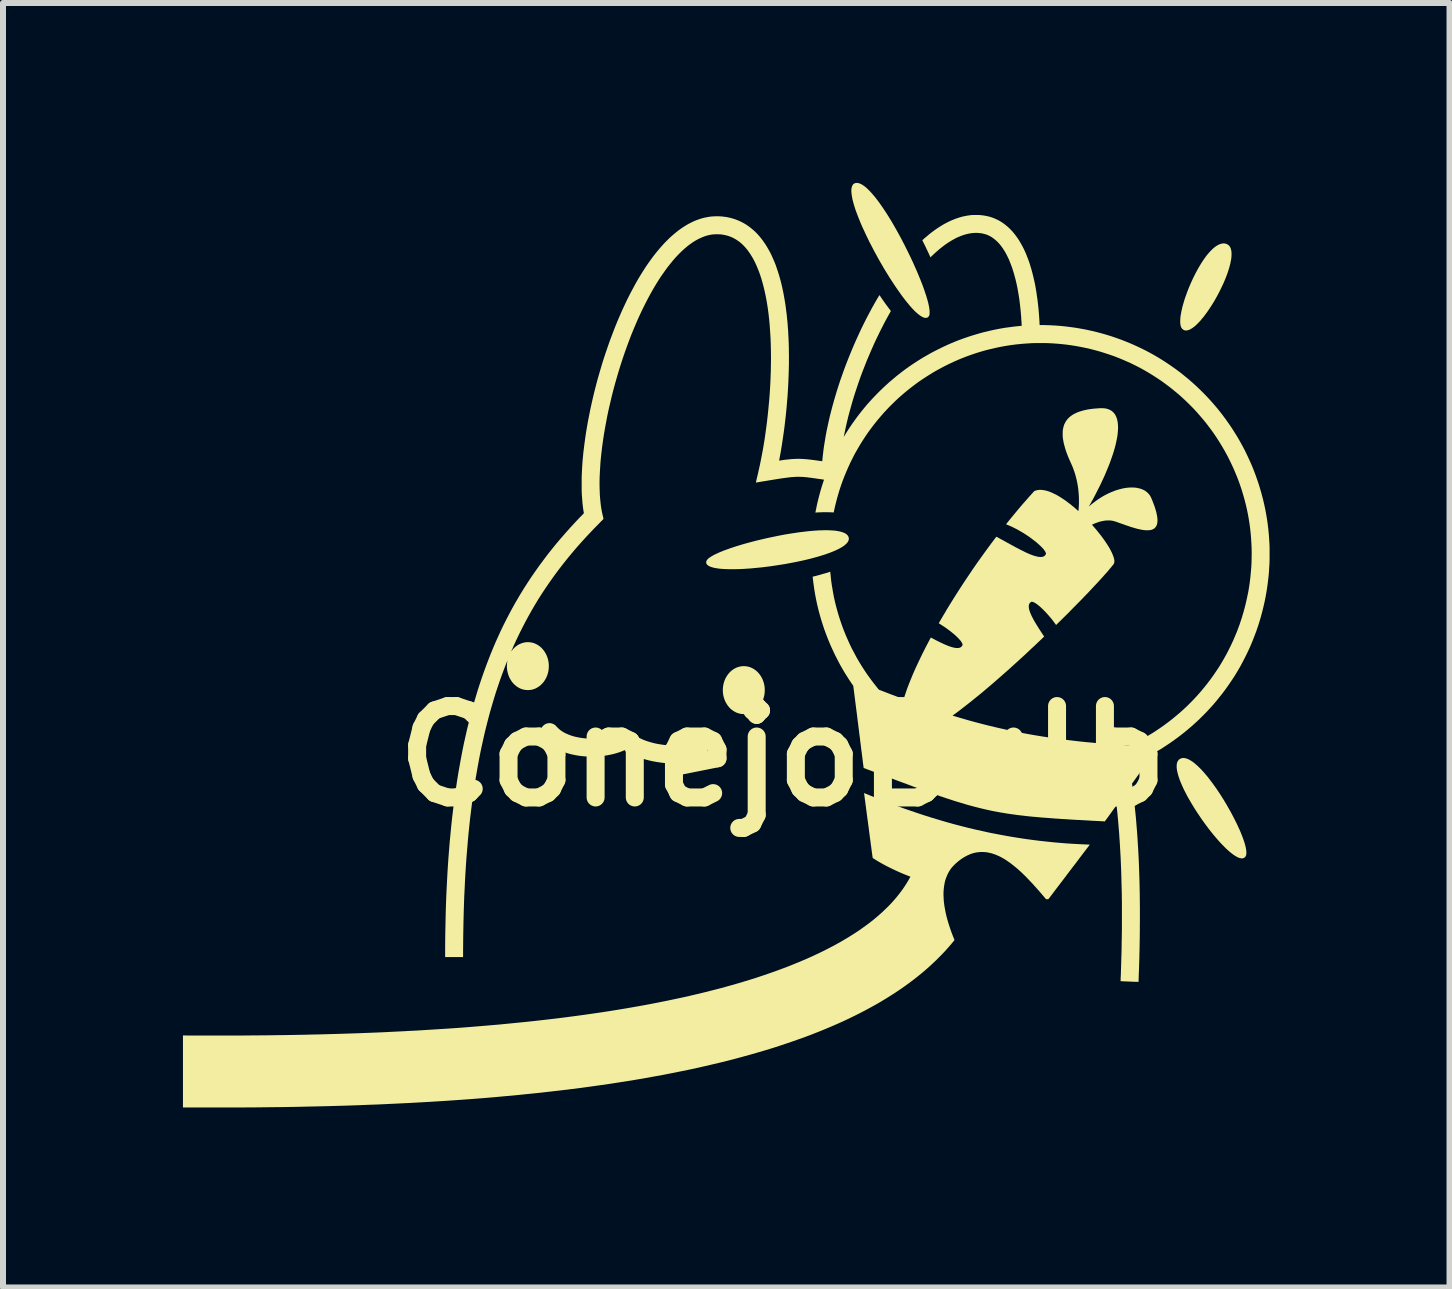
<source format=kicad_pcb>
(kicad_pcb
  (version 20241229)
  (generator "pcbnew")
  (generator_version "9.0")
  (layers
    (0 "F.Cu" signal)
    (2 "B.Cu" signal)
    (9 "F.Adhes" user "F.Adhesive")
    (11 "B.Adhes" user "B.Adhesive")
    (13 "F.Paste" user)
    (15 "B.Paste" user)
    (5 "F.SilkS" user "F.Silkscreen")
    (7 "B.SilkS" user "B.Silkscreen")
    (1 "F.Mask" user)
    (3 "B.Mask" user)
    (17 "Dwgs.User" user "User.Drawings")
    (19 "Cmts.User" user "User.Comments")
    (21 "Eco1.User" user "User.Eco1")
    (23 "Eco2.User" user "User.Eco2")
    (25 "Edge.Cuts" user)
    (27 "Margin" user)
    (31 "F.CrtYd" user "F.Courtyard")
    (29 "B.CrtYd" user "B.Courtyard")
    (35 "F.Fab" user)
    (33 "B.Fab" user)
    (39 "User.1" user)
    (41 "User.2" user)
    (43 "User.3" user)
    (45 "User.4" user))
  (footprint "ConejoBulb"
    (layer "F.Cu")
    (at 10 9.555)
    (property "Reference" "ConejoBulb" (at 0 0 0) (layer "F.SilkS") (effects (font (size 1.524 1.524) (thickness 0.3))))
    (attr board_only exclude_from_pos_files exclude_from_bom)
    (fp_poly (pts (xy -0.62 -1.498) (xy -0.596 -1.495) (xy -0.572 -1.49) (xy -0.549 -1.483) (xy -0.526 -1.474) (xy -0.504 -1.463) (xy -0.482 -1.451) (xy -0.461 -1.436) (xy -0.441 -1.421) (xy -0.422 -1.403) (xy -0.419 -1.4) (xy -0.401 -1.38) (xy -0.384 -1.359) (xy -0.369 -1.337) (xy -0.355 -1.314) (xy -0.342 -1.289) (xy -0.331 -1.264) (xy -0.322 -1.237) (xy -0.314 -1.211) (xy -0.313 -1.207) (xy -0.307 -1.179) (xy -0.303 -1.15) (xy -0.301 -1.121) (xy -0.301 -1.092) (xy -0.302 -1.063) (xy -0.305 -1.035) (xy -0.31 -1.006) (xy -0.317 -0.979) (xy -0.322 -0.963) (xy -0.328 -0.944) (xy -0.336 -0.925) (xy -0.344 -0.907) (xy -0.354 -0.888) (xy -0.364 -0.871) (xy -0.374 -0.855) (xy -0.375 -0.853) (xy -0.392 -0.831) (xy -0.409 -0.81) (xy -0.428 -0.792) (xy -0.447 -0.775) (xy -0.468 -0.759) (xy -0.489 -0.745) (xy -0.511 -0.733) (xy -0.534 -0.723) (xy -0.558 -0.714) (xy -0.582 -0.708) (xy -0.591 -0.706) (xy -0.603 -0.704) (xy -0.616 -0.702) (xy -0.63 -0.701) (xy -0.644 -0.701) (xy -0.658 -0.7) (xy -0.67 -0.701) (xy -0.672 -0.701) (xy -0.697 -0.704) (xy -0.722 -0.709) (xy -0.746 -0.716) (xy -0.769 -0.724) (xy -0.792 -0.735) (xy -0.814 -0.747) (xy -0.835 -0.761) (xy -0.855 -0.776) (xy -0.875 -0.793) (xy -0.893 -0.812) (xy -0.91 -0.833) (xy -0.917 -0.842) (xy -0.933 -0.865) (xy -0.947 -0.889) (xy -0.96 -0.914) (xy -0.97 -0.939) (xy -0.98 -0.966) (xy -0.987 -0.992) (xy -0.993 -1.019) (xy -0.997 -1.047) (xy -0.999 -1.075) (xy -1 -1.102) (xy -0.999 -1.13) (xy -0.996 -1.158) (xy -0.992 -1.185) (xy -0.986 -1.212) (xy -0.978 -1.239) (xy -0.969 -1.265) (xy -0.958 -1.29) (xy -0.945 -1.315) (xy -0.931 -1.338) (xy -0.915 -1.361) (xy -0.908 -1.37) (xy -0.891 -1.39) (xy -0.873 -1.409) (xy -0.853 -1.426) (xy -0.833 -1.441) (xy -0.811 -1.455) (xy -0.789 -1.467) (xy -0.767 -1.477) (xy -0.743 -1.485) (xy -0.719 -1.492) (xy -0.717 -1.492) (xy -0.693 -1.497) (xy -0.668 -1.499) (xy -0.644 -1.5)) (stroke (width 0) (type solid)) (fill yes) (layer "F.SilkS"))
    (fp_poly (pts (xy 7.366 -8.546) (xy 7.382 -8.543) (xy 7.383 -8.543) (xy 7.397 -8.538) (xy 7.411 -8.532) (xy 7.423 -8.524) (xy 7.434 -8.515) (xy 7.444 -8.505) (xy 7.453 -8.493) (xy 7.46 -8.479) (xy 7.467 -8.464) (xy 7.472 -8.447) (xy 7.476 -8.429) (xy 7.478 -8.419) (xy 7.479 -8.412) (xy 7.48 -8.403) (xy 7.48 -8.394) (xy 7.481 -8.383) (xy 7.481 -8.372) (xy 7.481 -8.362) (xy 7.481 -8.351) (xy 7.48 -8.341) (xy 7.48 -8.335) (xy 7.478 -8.308) (xy 7.474 -8.279) (xy 7.468 -8.249) (xy 7.462 -8.218) (xy 7.454 -8.185) (xy 7.445 -8.152) (xy 7.435 -8.117) (xy 7.423 -8.081) (xy 7.411 -8.044) (xy 7.397 -8.007) (xy 7.382 -7.968) (xy 7.366 -7.929) (xy 7.349 -7.889) (xy 7.33 -7.849) (xy 7.311 -7.808) (xy 7.291 -7.767) (xy 7.268 -7.722) (xy 7.245 -7.679) (xy 7.221 -7.635) (xy 7.197 -7.593) (xy 7.172 -7.552) (xy 7.147 -7.511) (xy 7.121 -7.472) (xy 7.096 -7.434) (xy 7.07 -7.397) (xy 7.044 -7.362) (xy 7.019 -7.328) (xy 6.993 -7.297) (xy 6.968 -7.267) (xy 6.958 -7.255) (xy 6.953 -7.25) (xy 6.946 -7.243) (xy 6.939 -7.235) (xy 6.931 -7.227) (xy 6.923 -7.219) (xy 6.915 -7.211) (xy 6.907 -7.203) (xy 6.9 -7.196) (xy 6.893 -7.189) (xy 6.888 -7.184) (xy 6.887 -7.183) (xy 6.867 -7.166) (xy 6.848 -7.151) (xy 6.829 -7.137) (xy 6.811 -7.126) (xy 6.794 -7.116) (xy 6.777 -7.108) (xy 6.761 -7.102) (xy 6.746 -7.098) (xy 6.745 -7.098) (xy 6.738 -7.097) (xy 6.731 -7.096) (xy 6.723 -7.096) (xy 6.715 -7.096) (xy 6.708 -7.097) (xy 6.704 -7.097) (xy 6.691 -7.101) (xy 6.68 -7.107) (xy 6.669 -7.114) (xy 6.659 -7.123) (xy 6.651 -7.133) (xy 6.644 -7.144) (xy 6.644 -7.145) (xy 6.638 -7.158) (xy 6.633 -7.172) (xy 6.63 -7.189) (xy 6.627 -7.207) (xy 6.626 -7.226) (xy 6.625 -7.248) (xy 6.626 -7.271) (xy 6.627 -7.295) (xy 6.629 -7.319) (xy 6.633 -7.349) (xy 6.639 -7.381) (xy 6.645 -7.415) (xy 6.653 -7.449) (xy 6.661 -7.485) (xy 6.671 -7.522) (xy 6.682 -7.559) (xy 6.693 -7.598) (xy 6.706 -7.637) (xy 6.72 -7.676) (xy 6.734 -7.716) (xy 6.749 -7.757) (xy 6.765 -7.797) (xy 6.782 -7.838) (xy 6.799 -7.878) (xy 6.817 -7.918) (xy 6.836 -7.958) (xy 6.855 -7.998) (xy 6.875 -8.037) (xy 6.895 -8.076) (xy 6.916 -8.114) (xy 6.92 -8.122) (xy 6.941 -8.158) (xy 6.962 -8.193) (xy 6.983 -8.227) (xy 7.004 -8.259) (xy 7.025 -8.29) (xy 7.046 -8.319) (xy 7.067 -8.347) (xy 7.088 -8.372) (xy 7.109 -8.397) (xy 7.13 -8.419) (xy 7.15 -8.44) (xy 7.17 -8.459) (xy 7.19 -8.476) (xy 7.209 -8.491) (xy 7.222 -8.5) (xy 7.242 -8.513) (xy 7.261 -8.523) (xy 7.279 -8.532) (xy 7.297 -8.538) (xy 7.315 -8.543) (xy 7.333 -8.546) (xy 7.349 -8.547)) (stroke (width 0) (type solid)) (fill yes) (layer "F.SilkS"))
    (fp_poly (pts (xy 6.687 0.032) (xy 6.694 0.033) (xy 6.7 0.033) (xy 6.717 0.037) (xy 6.735 0.042) (xy 6.753 0.049) (xy 6.772 0.058) (xy 6.792 0.069) (xy 6.813 0.082) (xy 6.834 0.096) (xy 6.855 0.112) (xy 6.877 0.13) (xy 6.9 0.15) (xy 6.923 0.171) (xy 6.947 0.195) (xy 6.972 0.219) (xy 6.996 0.246) (xy 7.022 0.274) (xy 7.047 0.304) (xy 7.074 0.335) (xy 7.1 0.368) (xy 7.104 0.374) (xy 7.129 0.406) (xy 7.154 0.439) (xy 7.179 0.473) (xy 7.204 0.508) (xy 7.229 0.543) (xy 7.253 0.579) (xy 7.278 0.616) (xy 7.302 0.653) (xy 7.326 0.691) (xy 7.35 0.729) (xy 7.373 0.768) (xy 7.396 0.806) (xy 7.418 0.845) (xy 7.44 0.884) (xy 7.462 0.922) (xy 7.483 0.961) (xy 7.503 0.999) (xy 7.523 1.037) (xy 7.542 1.075) (xy 7.561 1.113) (xy 7.579 1.15) (xy 7.595 1.186) (xy 7.612 1.222) (xy 7.627 1.257) (xy 7.641 1.291) (xy 7.655 1.325) (xy 7.667 1.357) (xy 7.678 1.388) (xy 7.689 1.419) (xy 7.698 1.448) (xy 7.706 1.476) (xy 7.713 1.503) (xy 7.719 1.528) (xy 7.722 1.547) (xy 7.725 1.565) (xy 7.727 1.583) (xy 7.728 1.6) (xy 7.728 1.615) (xy 7.728 1.63) (xy 7.726 1.642) (xy 7.723 1.653) (xy 7.723 1.654) (xy 7.718 1.666) (xy 7.712 1.676) (xy 7.705 1.685) (xy 7.696 1.692) (xy 7.686 1.698) (xy 7.675 1.702) (xy 7.673 1.703) (xy 7.666 1.704) (xy 7.658 1.705) (xy 7.65 1.705) (xy 7.642 1.704) (xy 7.634 1.703) (xy 7.634 1.703) (xy 7.619 1.7) (xy 7.603 1.695) (xy 7.586 1.688) (xy 7.569 1.679) (xy 7.55 1.668) (xy 7.531 1.656) (xy 7.511 1.643) (xy 7.49 1.627) (xy 7.468 1.61) (xy 7.446 1.592) (xy 7.423 1.571) (xy 7.399 1.55) (xy 7.375 1.526) (xy 7.35 1.501) (xy 7.324 1.475) (xy 7.298 1.447) (xy 7.271 1.418) (xy 7.25 1.394) (xy 7.213 1.351) (xy 7.176 1.307) (xy 7.139 1.261) (xy 7.102 1.214) (xy 7.066 1.166) (xy 7.029 1.116) (xy 6.993 1.066) (xy 6.958 1.015) (xy 6.924 0.964) (xy 6.89 0.913) (xy 6.857 0.861) (xy 6.826 0.81) (xy 6.796 0.759) (xy 6.767 0.709) (xy 6.763 0.703) (xy 6.741 0.663) (xy 6.721 0.624) (xy 6.701 0.586) (xy 6.683 0.549) (xy 6.666 0.513) (xy 6.651 0.478) (xy 6.636 0.444) (xy 6.623 0.411) (xy 6.611 0.379) (xy 6.601 0.349) (xy 6.592 0.32) (xy 6.584 0.292) (xy 6.578 0.265) (xy 6.572 0.239) (xy 6.569 0.215) (xy 6.567 0.198) (xy 6.566 0.19) (xy 6.566 0.181) (xy 6.566 0.171) (xy 6.566 0.16) (xy 6.567 0.151) (xy 6.567 0.141) (xy 6.568 0.134) (xy 6.569 0.129) (xy 6.573 0.112) (xy 6.578 0.098) (xy 6.584 0.084) (xy 6.592 0.073) (xy 6.601 0.062) (xy 6.601 0.062) (xy 6.611 0.053) (xy 6.623 0.046) (xy 6.635 0.04) (xy 6.649 0.035) (xy 6.659 0.033) (xy 6.665 0.032) (xy 6.671 0.032) (xy 6.679 0.032)) (stroke (width 0) (type solid)) (fill yes) (layer "F.SilkS"))
    (fp_poly (pts (xy 1.243 -9.555) (xy 1.252 -9.554) (xy 1.258 -9.553) (xy 1.273 -9.549) (xy 1.289 -9.543) (xy 1.304 -9.536) (xy 1.32 -9.528) (xy 1.337 -9.517) (xy 1.354 -9.505) (xy 1.372 -9.492) (xy 1.39 -9.477) (xy 1.409 -9.459) (xy 1.428 -9.441) (xy 1.435 -9.434) (xy 1.457 -9.412) (xy 1.479 -9.387) (xy 1.502 -9.361) (xy 1.526 -9.333) (xy 1.55 -9.303) (xy 1.574 -9.272) (xy 1.599 -9.239) (xy 1.624 -9.204) (xy 1.649 -9.168) (xy 1.675 -9.13) (xy 1.701 -9.091) (xy 1.728 -9.05) (xy 1.755 -9.008) (xy 1.781 -8.965) (xy 1.809 -8.92) (xy 1.836 -8.874) (xy 1.863 -8.827) (xy 1.891 -8.778) (xy 1.918 -8.729) (xy 1.946 -8.678) (xy 1.974 -8.627) (xy 2.001 -8.574) (xy 2.029 -8.521) (xy 2.056 -8.466) (xy 2.061 -8.456) (xy 2.085 -8.409) (xy 2.108 -8.361) (xy 2.131 -8.314) (xy 2.152 -8.268) (xy 2.174 -8.222) (xy 2.194 -8.176) (xy 2.214 -8.131) (xy 2.234 -8.086) (xy 2.252 -8.043) (xy 2.27 -8) (xy 2.288 -7.957) (xy 2.304 -7.916) (xy 2.32 -7.875) (xy 2.335 -7.836) (xy 2.349 -7.797) (xy 2.362 -7.76) (xy 2.374 -7.723) (xy 2.386 -7.688) (xy 2.397 -7.654) (xy 2.406 -7.622) (xy 2.415 -7.591) (xy 2.423 -7.561) (xy 2.429 -7.533) (xy 2.435 -7.506) (xy 2.44 -7.481) (xy 2.441 -7.469) (xy 2.444 -7.449) (xy 2.446 -7.431) (xy 2.447 -7.413) (xy 2.447 -7.397) (xy 2.447 -7.382) (xy 2.446 -7.368) (xy 2.444 -7.357) (xy 2.442 -7.35) (xy 2.438 -7.339) (xy 2.432 -7.33) (xy 2.425 -7.322) (xy 2.417 -7.315) (xy 2.407 -7.31) (xy 2.397 -7.307) (xy 2.387 -7.306) (xy 2.383 -7.306) (xy 2.379 -7.306) (xy 2.377 -7.306) (xy 2.365 -7.307) (xy 2.353 -7.31) (xy 2.341 -7.315) (xy 2.329 -7.32) (xy 2.313 -7.329) (xy 2.297 -7.339) (xy 2.279 -7.351) (xy 2.262 -7.365) (xy 2.243 -7.38) (xy 2.224 -7.397) (xy 2.203 -7.416) (xy 2.183 -7.437) (xy 2.161 -7.46) (xy 2.139 -7.484) (xy 2.116 -7.51) (xy 2.093 -7.538) (xy 2.092 -7.54) (xy 2.063 -7.574) (xy 2.035 -7.61) (xy 2.006 -7.648) (xy 1.976 -7.688) (xy 1.947 -7.729) (xy 1.917 -7.772) (xy 1.887 -7.815) (xy 1.856 -7.861) (xy 1.826 -7.907) (xy 1.795 -7.954) (xy 1.765 -8.002) (xy 1.735 -8.051) (xy 1.704 -8.101) (xy 1.674 -8.151) (xy 1.645 -8.202) (xy 1.615 -8.253) (xy 1.586 -8.305) (xy 1.558 -8.357) (xy 1.529 -8.409) (xy 1.502 -8.461) (xy 1.475 -8.513) (xy 1.448 -8.564) (xy 1.423 -8.616) (xy 1.398 -8.667) (xy 1.374 -8.718) (xy 1.351 -8.768) (xy 1.328 -8.817) (xy 1.307 -8.865) (xy 1.287 -8.913) (xy 1.268 -8.96) (xy 1.25 -9.005) (xy 1.24 -9.033) (xy 1.225 -9.071) (xy 1.212 -9.108) (xy 1.2 -9.144) (xy 1.19 -9.178) (xy 1.18 -9.21) (xy 1.172 -9.242) (xy 1.164 -9.271) (xy 1.158 -9.3) (xy 1.153 -9.327) (xy 1.149 -9.353) (xy 1.146 -9.378) (xy 1.144 -9.398) (xy 1.143 -9.407) (xy 1.143 -9.417) (xy 1.143 -9.427) (xy 1.143 -9.438) (xy 1.144 -9.448) (xy 1.145 -9.457) (xy 1.145 -9.464) (xy 1.149 -9.48) (xy 1.153 -9.495) (xy 1.158 -9.508) (xy 1.164 -9.519) (xy 1.171 -9.529) (xy 1.18 -9.538) (xy 1.189 -9.544) (xy 1.2 -9.55) (xy 1.211 -9.553) (xy 1.217 -9.554) (xy 1.225 -9.555) (xy 1.234 -9.555)) (stroke (width 0) (type solid)) (fill yes) (layer "F.SilkS"))
    (fp_poly (pts (xy 0.754 -3.765) (xy 0.789 -3.764) (xy 0.821 -3.762) (xy 0.852 -3.76) (xy 0.882 -3.757) (xy 0.909 -3.753) (xy 0.935 -3.748) (xy 0.959 -3.743) (xy 0.981 -3.737) (xy 1.001 -3.73) (xy 1.008 -3.727) (xy 1.026 -3.72) (xy 1.042 -3.712) (xy 1.055 -3.703) (xy 1.067 -3.694) (xy 1.077 -3.683) (xy 1.086 -3.673) (xy 1.092 -3.661) (xy 1.097 -3.649) (xy 1.098 -3.646) (xy 1.1 -3.638) (xy 1.1 -3.63) (xy 1.101 -3.621) (xy 1.1 -3.613) (xy 1.099 -3.605) (xy 1.098 -3.603) (xy 1.096 -3.596) (xy 1.093 -3.589) (xy 1.089 -3.581) (xy 1.085 -3.573) (xy 1.08 -3.566) (xy 1.077 -3.562) (xy 1.073 -3.556) (xy 1.068 -3.55) (xy 1.061 -3.543) (xy 1.054 -3.537) (xy 1.047 -3.53) (xy 1.041 -3.524) (xy 1.034 -3.518) (xy 1.033 -3.517) (xy 1.014 -3.503) (xy 0.993 -3.489) (xy 0.97 -3.475) (xy 0.945 -3.461) (xy 0.919 -3.448) (xy 0.89 -3.434) (xy 0.859 -3.42) (xy 0.827 -3.407) (xy 0.792 -3.393) (xy 0.756 -3.38) (xy 0.717 -3.366) (xy 0.677 -3.353) (xy 0.635 -3.34) (xy 0.591 -3.327) (xy 0.574 -3.322) (xy 0.52 -3.307) (xy 0.464 -3.292) (xy 0.407 -3.278) (xy 0.348 -3.264) (xy 0.288 -3.251) (xy 0.227 -3.238) (xy 0.165 -3.226) (xy 0.102 -3.214) (xy 0.038 -3.202) (xy -0.026 -3.192) (xy -0.09 -3.182) (xy -0.155 -3.172) (xy -0.219 -3.163) (xy -0.283 -3.155) (xy -0.347 -3.147) (xy -0.41 -3.141) (xy -0.472 -3.135) (xy -0.533 -3.129) (xy -0.594 -3.125) (xy -0.653 -3.121) (xy -0.71 -3.118) (xy -0.75 -3.117) (xy -0.759 -3.117) (xy -0.77 -3.117) (xy -0.782 -3.116) (xy -0.794 -3.116) (xy -0.807 -3.116) (xy -0.821 -3.116) (xy -0.834 -3.116) (xy -0.846 -3.116) (xy -0.858 -3.116) (xy -0.869 -3.115) (xy -0.879 -3.116) (xy -0.887 -3.116) (xy -0.89 -3.116) (xy -0.927 -3.117) (xy -0.962 -3.118) (xy -0.995 -3.12) (xy -1.027 -3.122) (xy -1.057 -3.125) (xy -1.085 -3.129) (xy -1.111 -3.133) (xy -1.135 -3.137) (xy -1.158 -3.142) (xy -1.178 -3.148) (xy -1.197 -3.154) (xy -1.213 -3.16) (xy -1.228 -3.167) (xy -1.24 -3.174) (xy -1.251 -3.182) (xy -1.26 -3.19) (xy -1.267 -3.199) (xy -1.273 -3.208) (xy -1.276 -3.216) (xy -1.277 -3.223) (xy -1.277 -3.23) (xy -1.276 -3.238) (xy -1.275 -3.245) (xy -1.274 -3.251) (xy -1.269 -3.26) (xy -1.263 -3.269) (xy -1.256 -3.279) (xy -1.246 -3.289) (xy -1.235 -3.299) (xy -1.222 -3.309) (xy -1.206 -3.319) (xy -1.189 -3.33) (xy -1.188 -3.331) (xy -1.167 -3.343) (xy -1.145 -3.355) (xy -1.121 -3.367) (xy -1.094 -3.379) (xy -1.067 -3.392) (xy -1.037 -3.404) (xy -1.006 -3.417) (xy -0.974 -3.43) (xy -0.94 -3.442) (xy -0.904 -3.455) (xy -0.868 -3.468) (xy -0.83 -3.48) (xy -0.791 -3.493) (xy -0.751 -3.506) (xy -0.71 -3.518) (xy -0.668 -3.531) (xy -0.625 -3.543) (xy -0.581 -3.555) (xy -0.536 -3.567) (xy -0.491 -3.579) (xy -0.445 -3.591) (xy -0.399 -3.602) (xy -0.352 -3.613) (xy -0.305 -3.624) (xy -0.258 -3.635) (xy -0.21 -3.645) (xy -0.162 -3.655) (xy -0.114 -3.665) (xy -0.066 -3.675) (xy -0.018 -3.684) (xy 0.03 -3.693) (xy 0.077 -3.701) (xy 0.125 -3.709) (xy 0.172 -3.716) (xy 0.219 -3.723) (xy 0.265 -3.73) (xy 0.311 -3.736) (xy 0.324 -3.737) (xy 0.373 -3.743) (xy 0.422 -3.749) (xy 0.469 -3.753) (xy 0.514 -3.757) (xy 0.558 -3.76) (xy 0.6 -3.763) (xy 0.641 -3.764) (xy 0.681 -3.765) (xy 0.718 -3.766)) (stroke (width 0) (type solid)) (fill yes) (layer "F.SilkS"))
    (fp_poly (pts (xy -3.877 -0.549) (xy -3.86 -0.547) (xy -3.844 -0.542) (xy -3.828 -0.536) (xy -3.813 -0.528) (xy -3.799 -0.519) (xy -3.79 -0.512) (xy -3.787 -0.509) (xy -3.783 -0.505) (xy -3.779 -0.501) (xy -3.775 -0.496) (xy -3.773 -0.493) (xy -3.754 -0.474) (xy -3.734 -0.455) (xy -3.713 -0.437) (xy -3.69 -0.42) (xy -3.665 -0.404) (xy -3.639 -0.389) (xy -3.611 -0.375) (xy -3.607 -0.374) (xy -3.575 -0.36) (xy -3.542 -0.347) (xy -3.507 -0.336) (xy -3.471 -0.325) (xy -3.433 -0.317) (xy -3.395 -0.309) (xy -3.356 -0.303) (xy -3.316 -0.298) (xy -3.276 -0.294) (xy -3.235 -0.292) (xy -3.194 -0.291) (xy -3.152 -0.291) (xy -3.111 -0.293) (xy -3.069 -0.296) (xy -3.028 -0.301) (xy -2.987 -0.307) (xy -2.984 -0.308) (xy -2.943 -0.315) (xy -2.905 -0.324) (xy -2.867 -0.334) (xy -2.831 -0.345) (xy -2.796 -0.357) (xy -2.763 -0.371) (xy -2.731 -0.386) (xy -2.7 -0.402) (xy -2.693 -0.406) (xy -2.687 -0.409) (xy -2.681 -0.413) (xy -2.676 -0.415) (xy -2.671 -0.418) (xy -2.669 -0.418) (xy -2.654 -0.424) (xy -2.638 -0.428) (xy -2.621 -0.43) (xy -2.604 -0.43) (xy -2.588 -0.428) (xy -2.571 -0.424) (xy -2.556 -0.419) (xy -2.549 -0.416) (xy -2.541 -0.412) (xy -2.535 -0.409) (xy -2.528 -0.405) (xy -2.522 -0.4) (xy -2.516 -0.395) (xy -2.509 -0.388) (xy -2.501 -0.381) (xy -2.498 -0.378) (xy -2.488 -0.369) (xy -2.48 -0.36) (xy -2.471 -0.353) (xy -2.462 -0.346) (xy -2.452 -0.339) (xy -2.448 -0.336) (xy -2.424 -0.321) (xy -2.399 -0.307) (xy -2.372 -0.294) (xy -2.344 -0.28) (xy -2.314 -0.268) (xy -2.283 -0.256) (xy -2.25 -0.245) (xy -2.217 -0.235) (xy -2.182 -0.225) (xy -2.147 -0.216) (xy -2.111 -0.208) (xy -2.074 -0.201) (xy -2.037 -0.195) (xy -2 -0.189) (xy -1.962 -0.185) (xy -1.924 -0.182) (xy -1.923 -0.182) (xy -1.894 -0.18) (xy -1.865 -0.179) (xy -1.835 -0.178) (xy -1.805 -0.178) (xy -1.776 -0.179) (xy -1.748 -0.18) (xy -1.737 -0.181) (xy -1.701 -0.184) (xy -1.666 -0.189) (xy -1.632 -0.195) (xy -1.6 -0.201) (xy -1.568 -0.209) (xy -1.55 -0.215) (xy -1.533 -0.22) (xy -1.517 -0.225) (xy -1.501 -0.231) (xy -1.486 -0.238) (xy -1.469 -0.245) (xy -1.466 -0.246) (xy -1.454 -0.252) (xy -1.443 -0.256) (xy -1.433 -0.259) (xy -1.422 -0.261) (xy -1.411 -0.262) (xy -1.406 -0.263) (xy -1.394 -0.263) (xy -1.381 -0.262) (xy -1.367 -0.259) (xy -1.353 -0.256) (xy -1.341 -0.251) (xy -1.341 -0.251) (xy -1.326 -0.244) (xy -1.312 -0.235) (xy -1.299 -0.225) (xy -1.287 -0.213) (xy -1.277 -0.201) (xy -1.268 -0.187) (xy -1.261 -0.172) (xy -1.255 -0.157) (xy -1.251 -0.141) (xy -1.249 -0.125) (xy -1.249 -0.109) (xy -1.249 -0.102) (xy -1.251 -0.084) (xy -1.256 -0.067) (xy -1.262 -0.052) (xy -1.27 -0.037) (xy -1.279 -0.022) (xy -1.291 -0.009) (xy -1.292 -0.007) (xy -1.299 -0.001) (xy -1.306 0.005) (xy -1.313 0.01) (xy -1.321 0.015) (xy -1.33 0.02) (xy -1.339 0.025) (xy -1.372 0.039) (xy -1.405 0.053) (xy -1.441 0.065) (xy -1.477 0.076) (xy -1.515 0.086) (xy -1.554 0.095) (xy -1.594 0.103) (xy -1.635 0.109) (xy -1.677 0.114) (xy -1.714 0.117) (xy -1.736 0.119) (xy -1.758 0.12) (xy -1.782 0.121) (xy -1.806 0.121) (xy -1.829 0.122) (xy -1.852 0.121) (xy -1.869 0.121) (xy -1.916 0.119) (xy -1.962 0.116) (xy -2.009 0.111) (xy -2.055 0.105) (xy -2.101 0.098) (xy -2.146 0.09) (xy -2.191 0.081) (xy -2.235 0.071) (xy -2.279 0.059) (xy -2.321 0.047) (xy -2.363 0.033) (xy -2.403 0.019) (xy -2.442 0.003) (xy -2.48 -0.013) (xy -2.516 -0.03) (xy -2.55 -0.048) (xy -2.577 -0.063) (xy -2.582 -0.067) (xy -2.589 -0.071) (xy -2.597 -0.076) (xy -2.605 -0.081) (xy -2.613 -0.086) (xy -2.62 -0.091) (xy -2.627 -0.095) (xy -2.632 -0.099) (xy -2.632 -0.099) (xy -2.634 -0.099) (xy -2.637 -0.098) (xy -2.642 -0.097) (xy -2.649 -0.094) (xy -2.654 -0.092) (xy -2.696 -0.075) (xy -2.738 -0.06) (xy -2.783 -0.046) (xy -2.828 -0.034) (xy -2.874 -0.024) (xy -2.922 -0.014) (xy -2.97 -0.007) (xy -3.019 -0.001) (xy -3.069 0.004) (xy -3.081 0.005) (xy -3.096 0.006) (xy -3.112 0.007) (xy -3.13 0.007) (xy -3.148 0.008) (xy -3.167 0.008) (xy -3.185 0.008) (xy -3.203 0.008) (xy -3.221 0.008) (xy -3.237 0.008) (xy -3.252 0.007) (xy -3.254 0.007) (xy -3.292 0.005) (xy -3.329 0.002) (xy -3.364 -0.002) (xy -3.399 -0.006) (xy -3.434 -0.012) (xy -3.469 -0.018) (xy -3.474 -0.02) (xy -3.52 -0.029) (xy -3.563 -0.04) (xy -3.606 -0.053) (xy -3.647 -0.067) (xy -3.687 -0.082) (xy -3.725 -0.098) (xy -3.762 -0.116) (xy -3.797 -0.134) (xy -3.831 -0.155) (xy -3.864 -0.176) (xy -3.894 -0.198) (xy -3.904 -0.206) (xy -3.914 -0.214) (xy -3.924 -0.222) (xy -3.933 -0.23) (xy -3.942 -0.239) (xy -3.952 -0.248) (xy -3.963 -0.258) (xy -3.964 -0.259) (xy -3.976 -0.272) (xy -3.986 -0.283) (xy -3.996 -0.294) (xy -4.004 -0.303) (xy -4.011 -0.313) (xy -4.017 -0.322) (xy -4.022 -0.33) (xy -4.026 -0.339) (xy -4.03 -0.347) (xy -4.033 -0.356) (xy -4.034 -0.362) (xy -4.037 -0.371) (xy -4.038 -0.38) (xy -4.039 -0.388) (xy -4.039 -0.398) (xy -4.039 -0.406) (xy -4.038 -0.419) (xy -4.036 -0.431) (xy -4.033 -0.442) (xy -4.029 -0.454) (xy -4.024 -0.465) (xy -4.024 -0.467) (xy -4.016 -0.48) (xy -4.008 -0.492) (xy -3.997 -0.504) (xy -3.995 -0.505) (xy -3.982 -0.517) (xy -3.969 -0.527) (xy -3.954 -0.535) (xy -3.938 -0.542) (xy -3.926 -0.545) (xy -3.91 -0.548) (xy -3.893 -0.55)) (stroke (width 0) (type solid)) (fill yes) (layer "F.SilkS"))
    (fp_poly (pts (xy 1.356 0.617) (xy 1.359 0.618) (xy 1.363 0.619) (xy 1.368 0.621) (xy 1.375 0.624) (xy 1.382 0.627) (xy 1.39 0.63) (xy 1.397 0.633) (xy 1.523 0.684) (xy 1.648 0.734) (xy 1.772 0.781) (xy 1.895 0.827) (xy 2.017 0.872) (xy 2.139 0.914) (xy 2.26 0.955) (xy 2.381 0.995) (xy 2.501 1.032) (xy 2.62 1.068) (xy 2.74 1.103) (xy 2.858 1.136) (xy 2.977 1.167) (xy 3.095 1.197) (xy 3.213 1.225) (xy 3.331 1.251) (xy 3.448 1.277) (xy 3.566 1.3) (xy 3.684 1.322) (xy 3.801 1.343) (xy 3.919 1.362) (xy 4.037 1.38) (xy 4.064 1.384) (xy 4.175 1.399) (xy 4.287 1.413) (xy 4.399 1.425) (xy 4.513 1.437) (xy 4.626 1.447) (xy 4.739 1.456) (xy 4.852 1.463) (xy 4.965 1.469) (xy 5.076 1.474) (xy 5.098 1.475) (xy 5.104 1.475) (xy 5.109 1.475) (xy 5.114 1.475) (xy 5.117 1.475) (xy 5.118 1.476) (xy 5.118 1.476) (xy 5.117 1.476) (xy 5.116 1.479) (xy 5.113 1.483) (xy 5.109 1.488) (xy 5.104 1.494) (xy 5.098 1.502) (xy 5.092 1.511) (xy 5.084 1.521) (xy 5.076 1.531) (xy 5.067 1.543) (xy 5.057 1.556) (xy 5.047 1.569) (xy 5.036 1.584) (xy 5.025 1.598) (xy 5.013 1.614) (xy 5.001 1.629) (xy 4.992 1.642) (xy 4.981 1.656) (xy 4.969 1.672) (xy 4.956 1.689) (xy 4.942 1.707) (xy 4.928 1.727) (xy 4.912 1.747) (xy 4.896 1.769) (xy 4.879 1.791) (xy 4.861 1.814) (xy 4.844 1.837) (xy 4.825 1.861) (xy 4.807 1.886) (xy 4.788 1.91) (xy 4.769 1.935) (xy 4.75 1.96) (xy 4.731 1.985) (xy 4.713 2.01) (xy 4.694 2.034) (xy 4.676 2.058) (xy 4.658 2.082) (xy 4.649 2.094) (xy 4.632 2.115) (xy 4.617 2.136) (xy 4.601 2.156) (xy 4.586 2.176) (xy 4.571 2.196) (xy 4.557 2.214) (xy 4.543 2.232) (xy 4.53 2.25) (xy 4.518 2.266) (xy 4.506 2.282) (xy 4.495 2.296) (xy 4.484 2.31) (xy 4.475 2.323) (xy 4.466 2.334) (xy 4.458 2.345) (xy 4.451 2.354) (xy 4.445 2.362) (xy 4.44 2.369) (xy 4.435 2.374) (xy 4.432 2.378) (xy 4.431 2.381) (xy 4.43 2.382) (xy 4.429 2.383) (xy 4.427 2.383) (xy 4.425 2.384) (xy 4.421 2.384) (xy 4.416 2.384) (xy 4.411 2.385) (xy 4.405 2.385) (xy 4.4 2.385) (xy 4.397 2.386) (xy 4.389 2.386) (xy 4.373 2.367) (xy 4.347 2.336) (xy 4.322 2.307) (xy 4.299 2.28) (xy 4.276 2.253) (xy 4.254 2.228) (xy 4.232 2.204) (xy 4.212 2.181) (xy 4.191 2.158) (xy 4.172 2.136) (xy 4.152 2.115) (xy 4.132 2.094) (xy 4.113 2.074) (xy 4.094 2.054) (xy 4.056 2.014) (xy 4.018 1.977) (xy 3.981 1.941) (xy 3.945 1.908) (xy 3.909 1.876) (xy 3.873 1.846) (xy 3.838 1.818) (xy 3.804 1.791) (xy 3.77 1.767) (xy 3.737 1.744) (xy 3.704 1.722) (xy 3.671 1.703) (xy 3.639 1.685) (xy 3.607 1.669) (xy 3.575 1.655) (xy 3.544 1.642) (xy 3.513 1.631) (xy 3.482 1.621) (xy 3.452 1.614) (xy 3.421 1.607) (xy 3.414 1.606) (xy 3.381 1.601) (xy 3.349 1.599) (xy 3.316 1.598) (xy 3.283 1.6) (xy 3.25 1.603) (xy 3.235 1.605) (xy 3.203 1.611) (xy 3.172 1.619) (xy 3.14 1.629) (xy 3.108 1.642) (xy 3.077 1.656) (xy 3.046 1.672) (xy 3.015 1.69) (xy 2.984 1.71) (xy 2.953 1.732) (xy 2.922 1.756) (xy 2.898 1.777) (xy 2.876 1.796) (xy 2.857 1.815) (xy 2.839 1.834) (xy 2.822 1.853) (xy 2.806 1.872) (xy 2.792 1.892) (xy 2.779 1.912) (xy 2.766 1.934) (xy 2.754 1.956) (xy 2.753 1.958) (xy 2.739 1.989) (xy 2.726 2.021) (xy 2.714 2.054) (xy 2.704 2.088) (xy 2.696 2.124) (xy 2.69 2.161) (xy 2.685 2.199) (xy 2.681 2.238) (xy 2.679 2.278) (xy 2.679 2.319) (xy 2.681 2.362) (xy 2.683 2.406) (xy 2.688 2.451) (xy 2.694 2.497) (xy 2.701 2.537) (xy 2.709 2.58) (xy 2.718 2.625) (xy 2.729 2.671) (xy 2.741 2.718) (xy 2.755 2.765) (xy 2.77 2.814) (xy 2.786 2.863) (xy 2.803 2.912) (xy 2.821 2.962) (xy 2.841 3.012) (xy 2.857 3.053) (xy 2.863 3.066) (xy 2.851 3.081) (xy 2.806 3.136) (xy 2.759 3.19) (xy 2.71 3.245) (xy 2.66 3.298) (xy 2.608 3.351) (xy 2.555 3.404) (xy 2.501 3.455) (xy 2.449 3.503) (xy 2.384 3.561) (xy 2.318 3.617) (xy 2.249 3.673) (xy 2.179 3.728) (xy 2.107 3.782) (xy 2.034 3.835) (xy 1.958 3.888) (xy 1.881 3.94) (xy 1.801 3.991) (xy 1.72 4.042) (xy 1.637 4.092) (xy 1.553 4.141) (xy 1.466 4.189) (xy 1.377 4.237) (xy 1.287 4.284) (xy 1.195 4.33) (xy 1.101 4.376) (xy 1.005 4.421) (xy 0.907 4.465) (xy 0.808 4.508) (xy 0.706 4.551) (xy 0.603 4.593) (xy 0.498 4.634) (xy 0.489 4.638) (xy 0.383 4.678) (xy 0.274 4.717) (xy 0.164 4.756) (xy 0.052 4.794) (xy -0.062 4.832) (xy -0.177 4.869) (xy -0.295 4.905) (xy -0.414 4.94) (xy -0.536 4.975) (xy -0.659 5.009) (xy -0.784 5.043) (xy -0.911 5.076) (xy -1.04 5.108) (xy -1.171 5.139) (xy -1.304 5.17) (xy -1.438 5.2) (xy -1.574 5.23) (xy -1.713 5.258) (xy -1.853 5.286) (xy -1.995 5.314) (xy -2.139 5.34) (xy -2.284 5.366) (xy -2.432 5.392) (xy -2.581 5.416) (xy -2.732 5.44) (xy -2.886 5.464) (xy -3.041 5.486) (xy -3.197 5.508) (xy -3.356 5.53) (xy -3.517 5.55) (xy -3.679 5.57) (xy -3.843 5.589) (xy -4.01 5.608) (xy -4.064 5.614) (xy -4.211 5.629) (xy -4.358 5.644) (xy -4.507 5.659) (xy -4.657 5.672) (xy -4.808 5.686) (xy -4.961 5.699) (xy -5.115 5.711) (xy -5.27 5.723) (xy -5.427 5.734) (xy -5.586 5.745) (xy -5.745 5.755) (xy -5.907 5.765) (xy -6.069 5.774) (xy -6.234 5.783) (xy -6.399 5.791) (xy -6.567 5.799) (xy -6.736 5.807) (xy -6.907 5.813) (xy -7.079 5.82) (xy -7.253 5.826) (xy -7.429 5.831) (xy -7.607 5.836) (xy -7.786 5.84) (xy -7.967 5.844) (xy -8.15 5.848) (xy -8.335 5.851) (xy -8.522 5.853) (xy -8.703 5.855) (xy -8.741 5.855) (xy -8.781 5.856) (xy -8.823 5.856) (xy -8.867 5.856) (xy -8.912 5.856) (xy -8.959 5.857) (xy -9.007 5.857) (xy -9.057 5.857) (xy -9.108 5.857) (xy -9.16 5.857) (xy -9.213 5.858) (xy -9.267 5.858) (xy -9.321 5.858) (xy -9.377 5.858) (xy -9.433 5.858) (xy -9.49 5.858) (xy -9.547 5.858) (xy -9.605 5.858) (xy -9.662 5.858) (xy -9.721 5.858) (xy -9.779 5.858) (xy -9.837 5.857) (xy -9.895 5.857) (xy -9.912 5.857) (xy -10 5.857) (xy -10 4.657) (xy -9.908 4.658) (xy -9.896 4.658) (xy -9.883 4.658) (xy -9.868 4.658) (xy -9.851 4.658) (xy -9.833 4.658) (xy -9.813 4.658) (xy -9.792 4.658) (xy -9.769 4.658) (xy -9.745 4.658) (xy -9.72 4.658) (xy -9.694 4.658) (xy -9.667 4.658) (xy -9.639 4.658) (xy -9.61 4.658) (xy -9.581 4.658) (xy -9.551 4.658) (xy -9.521 4.658) (xy -9.49 4.658) (xy -9.459 4.658) (xy -9.428 4.658) (xy -9.397 4.658) (xy -9.366 4.658) (xy -9.335 4.658) (xy -9.304 4.658) (xy -9.273 4.658) (xy -9.243 4.658) (xy -9.213 4.658) (xy -9.184 4.658) (xy -9.155 4.658) (xy -9.128 4.658) (xy -9.101 4.658) (xy -9.075 4.658) (xy -9.05 4.658) (xy -9.026 4.658) (xy -9.004 4.658) (xy -8.983 4.658) (xy -8.963 4.657) (xy -8.945 4.657) (xy -8.929 4.657) (xy -8.914 4.657) (xy -8.909 4.657) (xy -8.785 4.656) (xy -8.663 4.655) (xy -8.542 4.654) (xy -8.424 4.652) (xy -8.307 4.651) (xy -8.191 4.649) (xy -8.077 4.647) (xy -7.964 4.645) (xy -7.853 4.642) (xy -7.743 4.64) (xy -7.634 4.637) (xy -7.526 4.634) (xy -7.419 4.631) (xy -7.314 4.628) (xy -7.208 4.624) (xy -7.104 4.621) (xy -7 4.617) (xy -6.897 4.613) (xy -6.794 4.609) (xy -6.692 4.605) (xy -6.59 4.6) (xy -6.489 4.595) (xy -6.387 4.59) (xy -6.286 4.585) (xy -6.276 4.584) (xy -6.097 4.575) (xy -5.92 4.564) (xy -5.744 4.553) (xy -5.57 4.542) (xy -5.398 4.53) (xy -5.228 4.517) (xy -5.059 4.503) (xy -4.893 4.489) (xy -4.728 4.475) (xy -4.565 4.459) (xy -4.403 4.443) (xy -4.244 4.427) (xy -4.086 4.41) (xy -3.93 4.392) (xy -3.776 4.374) (xy -3.624 4.355) (xy -3.473 4.335) (xy -3.325 4.315) (xy -3.178 4.294) (xy -3.033 4.273) (xy -2.889 4.251) (xy -2.748 4.228) (xy -2.608 4.205) (xy -2.471 4.181) (xy -2.335 4.157) (xy -2.201 4.132) (xy -2.068 4.106) (xy -1.938 4.08) (xy -1.81 4.053) (xy -1.683 4.026) (xy -1.558 3.998) (xy -1.435 3.969) (xy -1.314 3.94) (xy -1.195 3.91) (xy -1.077 3.88) (xy -0.962 3.849) (xy -0.848 3.817) (xy -0.736 3.785) (xy -0.626 3.752) (xy -0.518 3.719) (xy -0.412 3.685) (xy -0.308 3.65) (xy -0.206 3.615) (xy -0.105 3.579) (xy -0.007 3.543) (xy 0.09 3.506) (xy 0.185 3.468) (xy 0.278 3.43) (xy 0.351 3.399) (xy 0.39 3.382) (xy 0.428 3.365) (xy 0.467 3.348) (xy 0.505 3.331) (xy 0.542 3.313) (xy 0.579 3.296) (xy 0.614 3.28) (xy 0.635 3.269) (xy 0.643 3.265) (xy 0.652 3.261) (xy 0.66 3.257) (xy 0.668 3.253) (xy 0.675 3.25) (xy 0.678 3.248) (xy 0.693 3.241) (xy 0.709 3.233) (xy 0.726 3.224) (xy 0.744 3.215) (xy 0.763 3.205) (xy 0.782 3.195) (xy 0.802 3.185) (xy 0.822 3.174) (xy 0.842 3.164) (xy 0.862 3.153) (xy 0.881 3.143) (xy 0.899 3.133) (xy 0.916 3.123) (xy 0.929 3.116) (xy 1.001 3.075) (xy 1.072 3.033) (xy 1.14 2.991) (xy 1.206 2.949) (xy 1.271 2.906) (xy 1.333 2.862) (xy 1.394 2.818) (xy 1.453 2.774) (xy 1.51 2.729) (xy 1.564 2.684) (xy 1.617 2.638) (xy 1.668 2.592) (xy 1.717 2.545) (xy 1.765 2.498) (xy 1.81 2.451) (xy 1.853 2.403) (xy 1.895 2.354) (xy 1.934 2.305) (xy 1.972 2.256) (xy 2.008 2.206) (xy 2.042 2.155) (xy 2.074 2.104) (xy 2.101 2.058) (xy 2.107 2.047) (xy 2.113 2.038) (xy 2.117 2.03) (xy 2.12 2.023) (xy 2.123 2.018) (xy 2.125 2.015) (xy 2.126 2.012) (xy 2.126 2.011) (xy 2.126 2.01) (xy 2.125 2.01) (xy 2.123 2.008) (xy 2.118 2.007) (xy 2.113 2.004) (xy 2.107 2.002) (xy 2.1 1.999) (xy 2.094 1.997) (xy 2.038 1.975) (xy 1.983 1.952) (xy 1.928 1.928) (xy 1.875 1.904) (xy 1.823 1.879) (xy 1.772 1.854) (xy 1.722 1.829) (xy 1.674 1.803) (xy 1.628 1.777) (xy 1.583 1.751) (xy 1.573 1.745) (xy 1.565 1.74) (xy 1.557 1.735) (xy 1.549 1.73) (xy 1.541 1.725) (xy 1.533 1.72) (xy 1.525 1.715) (xy 1.518 1.711) (xy 1.512 1.707) (xy 1.507 1.704) (xy 1.503 1.701) (xy 1.5 1.699) (xy 1.5 1.698) (xy 1.5 1.698) (xy 1.499 1.698) (xy 1.499 1.697) (xy 1.499 1.696) (xy 1.499 1.695) (xy 1.498 1.693) (xy 1.498 1.691) (xy 1.497 1.689) (xy 1.497 1.685) (xy 1.496 1.682) (xy 1.496 1.677) (xy 1.495 1.672) (xy 1.494 1.667) (xy 1.493 1.66) (xy 1.492 1.653) (xy 1.491 1.645) (xy 1.49 1.635) (xy 1.488 1.625) (xy 1.487 1.614) (xy 1.485 1.602) (xy 1.483 1.589) (xy 1.482 1.574) (xy 1.479 1.558) (xy 1.477 1.541) (xy 1.475 1.523) (xy 1.472 1.504) (xy 1.469 1.482) (xy 1.466 1.46) (xy 1.463 1.436) (xy 1.46 1.41) (xy 1.456 1.383) (xy 1.452 1.354) (xy 1.448 1.324) (xy 1.444 1.291) (xy 1.439 1.257) (xy 1.435 1.221) (xy 1.43 1.183) (xy 1.426 1.157) (xy 1.422 1.124) (xy 1.418 1.092) (xy 1.413 1.06) (xy 1.409 1.029) (xy 1.405 0.999) (xy 1.401 0.97) (xy 1.398 0.941) (xy 1.394 0.913) (xy 1.39 0.886) (xy 1.387 0.86) (xy 1.384 0.834) (xy 1.38 0.81) (xy 1.377 0.788) (xy 1.375 0.766) (xy 1.372 0.745) (xy 1.369 0.726) (xy 1.367 0.708) (xy 1.365 0.692) (xy 1.363 0.677) (xy 1.361 0.663) (xy 1.36 0.651) (xy 1.358 0.641) (xy 1.357 0.633) (xy 1.356 0.626) (xy 1.356 0.621) (xy 1.355 0.618) (xy 1.355 0.616) (xy 1.355 0.616)) (stroke (width 0) (type solid)) (fill yes) (layer "F.SilkS"))
    (fp_poly (pts (xy 3.233 -9.021) (xy 3.245 -9.021) (xy 3.255 -9.021) (xy 3.264 -9.021) (xy 3.272 -9.021) (xy 3.28 -9.02) (xy 3.287 -9.02) (xy 3.295 -9.019) (xy 3.303 -9.018) (xy 3.312 -9.017) (xy 3.322 -9.016) (xy 3.324 -9.016) (xy 3.364 -9.01) (xy 3.402 -9.003) (xy 3.44 -8.994) (xy 3.477 -8.983) (xy 3.513 -8.97) (xy 3.548 -8.955) (xy 3.583 -8.939) (xy 3.616 -8.921) (xy 3.649 -8.901) (xy 3.681 -8.879) (xy 3.712 -8.855) (xy 3.743 -8.83) (xy 3.773 -8.803) (xy 3.802 -8.774) (xy 3.831 -8.743) (xy 3.858 -8.71) (xy 3.873 -8.691) (xy 3.896 -8.66) (xy 3.919 -8.628) (xy 3.941 -8.594) (xy 3.962 -8.558) (xy 3.983 -8.521) (xy 4.004 -8.482) (xy 4.024 -8.442) (xy 4.043 -8.4) (xy 4.061 -8.358) (xy 4.072 -8.329) (xy 4.092 -8.278) (xy 4.111 -8.225) (xy 4.128 -8.169) (xy 4.145 -8.113) (xy 4.161 -8.054) (xy 4.176 -7.994) (xy 4.19 -7.932) (xy 4.204 -7.869) (xy 4.216 -7.804) (xy 4.227 -7.737) (xy 4.237 -7.669) (xy 4.247 -7.599) (xy 4.255 -7.528) (xy 4.263 -7.455) (xy 4.269 -7.381) (xy 4.275 -7.305) (xy 4.276 -7.282) (xy 4.277 -7.272) (xy 4.278 -7.262) (xy 4.278 -7.251) (xy 4.279 -7.241) (xy 4.279 -7.232) (xy 4.28 -7.224) (xy 4.28 -7.218) (xy 4.28 -7.212) (xy 4.281 -7.205) (xy 4.281 -7.199) (xy 4.281 -7.195) (xy 4.282 -7.191) (xy 4.282 -7.19) (xy 4.282 -7.186) (xy 4.318 -7.186) (xy 4.338 -7.186) (xy 4.36 -7.186) (xy 4.383 -7.185) (xy 4.407 -7.184) (xy 4.432 -7.184) (xy 4.456 -7.183) (xy 4.462 -7.182) (xy 4.548 -7.178) (xy 4.635 -7.171) (xy 4.721 -7.162) (xy 4.807 -7.151) (xy 4.893 -7.139) (xy 4.979 -7.124) (xy 5.064 -7.108) (xy 5.149 -7.089) (xy 5.233 -7.069) (xy 5.317 -7.047) (xy 5.4 -7.023) (xy 5.483 -6.997) (xy 5.565 -6.969) (xy 5.646 -6.94) (xy 5.727 -6.908) (xy 5.807 -6.875) (xy 5.886 -6.84) (xy 5.964 -6.803) (xy 6.042 -6.765) (xy 6.114 -6.727) (xy 6.19 -6.685) (xy 6.265 -6.641) (xy 6.339 -6.595) (xy 6.411 -6.548) (xy 6.483 -6.499) (xy 6.554 -6.449) (xy 6.623 -6.397) (xy 6.691 -6.343) (xy 6.758 -6.288) (xy 6.824 -6.231) (xy 6.888 -6.173) (xy 6.951 -6.113) (xy 7.013 -6.052) (xy 7.073 -5.99) (xy 7.132 -5.926) (xy 7.19 -5.86) (xy 7.246 -5.794) (xy 7.278 -5.754) (xy 7.332 -5.685) (xy 7.384 -5.615) (xy 7.435 -5.543) (xy 7.484 -5.471) (xy 7.531 -5.397) (xy 7.577 -5.323) (xy 7.621 -5.247) (xy 7.663 -5.171) (xy 7.704 -5.093) (xy 7.742 -5.014) (xy 7.779 -4.935) (xy 7.815 -4.854) (xy 7.831 -4.816) (xy 7.858 -4.747) (xy 7.884 -4.678) (xy 7.909 -4.607) (xy 7.933 -4.536) (xy 7.955 -4.464) (xy 7.976 -4.392) (xy 7.983 -4.366) (xy 8.005 -4.283) (xy 8.025 -4.199) (xy 8.043 -4.114) (xy 8.059 -4.029) (xy 8.073 -3.944) (xy 8.085 -3.859) (xy 8.095 -3.773) (xy 8.103 -3.688) (xy 8.109 -3.602) (xy 8.111 -3.564) (xy 8.112 -3.551) (xy 8.113 -3.538) (xy 8.113 -3.527) (xy 8.114 -3.516) (xy 8.114 -3.506) (xy 8.114 -3.496) (xy 8.115 -3.486) (xy 8.115 -3.476) (xy 8.115 -3.466) (xy 8.115 -3.455) (xy 8.115 -3.443) (xy 8.115 -3.43) (xy 8.115 -3.416) (xy 8.115 -3.4) (xy 8.115 -3.383) (xy 8.115 -3.372) (xy 8.115 -3.353) (xy 8.115 -3.337) (xy 8.115 -3.321) (xy 8.115 -3.307) (xy 8.115 -3.295) (xy 8.115 -3.283) (xy 8.115 -3.272) (xy 8.115 -3.261) (xy 8.114 -3.251) (xy 8.114 -3.241) (xy 8.114 -3.23) (xy 8.113 -3.22) (xy 8.113 -3.209) (xy 8.112 -3.197) (xy 8.112 -3.184) (xy 8.111 -3.179) (xy 8.106 -3.093) (xy 8.099 -3.006) (xy 8.089 -2.92) (xy 8.078 -2.834) (xy 8.065 -2.749) (xy 8.05 -2.663) (xy 8.033 -2.578) (xy 8.014 -2.494) (xy 7.993 -2.409) (xy 7.971 -2.326) (xy 7.946 -2.242) (xy 7.92 -2.16) (xy 7.892 -2.078) (xy 7.861 -1.997) (xy 7.83 -1.917) (xy 7.796 -1.837) (xy 7.779 -1.798) (xy 7.742 -1.719) (xy 7.703 -1.64) (xy 7.663 -1.563) (xy 7.622 -1.487) (xy 7.578 -1.412) (xy 7.533 -1.338) (xy 7.486 -1.266) (xy 7.437 -1.194) (xy 7.387 -1.123) (xy 7.335 -1.053) (xy 7.281 -0.985) (xy 7.226 -0.917) (xy 7.169 -0.85) (xy 7.11 -0.785) (xy 7.073 -0.745) (xy 7.061 -0.732) (xy 7.048 -0.719) (xy 7.034 -0.705) (xy 7.019 -0.69) (xy 7.004 -0.675) (xy 6.988 -0.659) (xy 6.972 -0.643) (xy 6.956 -0.628) (xy 6.941 -0.612) (xy 6.925 -0.598) (xy 6.911 -0.584) (xy 6.897 -0.571) (xy 6.89 -0.565) (xy 6.83 -0.51) (xy 6.768 -0.457) (xy 6.704 -0.404) (xy 6.64 -0.353) (xy 6.574 -0.303) (xy 6.508 -0.255) (xy 6.44 -0.208) (xy 6.372 -0.163) (xy 6.304 -0.119) (xy 6.235 -0.078) (xy 6.209 -0.063) (xy 6.187 -0.05) (xy 5.822 0.458) (xy 5.828 0.504) (xy 5.841 0.608) (xy 5.854 0.713) (xy 5.865 0.819) (xy 5.876 0.926) (xy 5.887 1.034) (xy 5.896 1.144) (xy 5.905 1.256) (xy 5.913 1.368) (xy 5.92 1.482) (xy 5.927 1.598) (xy 5.933 1.715) (xy 5.938 1.834) (xy 5.942 1.955) (xy 5.946 2.078) (xy 5.948 2.171) (xy 5.949 2.206) (xy 5.949 2.239) (xy 5.95 2.272) (xy 5.951 2.305) (xy 5.951 2.337) (xy 5.951 2.369) (xy 5.952 2.401) (xy 5.952 2.434) (xy 5.952 2.467) (xy 5.953 2.501) (xy 5.953 2.536) (xy 5.953 2.572) (xy 5.953 2.609) (xy 5.953 2.647) (xy 5.953 2.687) (xy 5.953 2.729) (xy 5.953 2.732) (xy 5.953 2.758) (xy 5.953 2.784) (xy 5.952 2.807) (xy 5.952 2.829) (xy 5.952 2.85) (xy 5.952 2.869) (xy 5.952 2.888) (xy 5.952 2.905) (xy 5.952 2.922) (xy 5.952 2.939) (xy 5.951 2.955) (xy 5.951 2.971) (xy 5.951 2.987) (xy 5.951 3.004) (xy 5.951 3.02) (xy 5.95 3.038) (xy 5.95 3.055) (xy 5.95 3.074) (xy 5.949 3.094) (xy 5.949 3.115) (xy 5.949 3.117) (xy 5.948 3.178) (xy 5.947 3.239) (xy 5.945 3.301) (xy 5.944 3.363) (xy 5.942 3.425) (xy 5.94 3.489) (xy 5.938 3.555) (xy 5.935 3.622) (xy 5.934 3.649) (xy 5.934 3.665) (xy 5.933 3.679) (xy 5.933 3.692) (xy 5.933 3.703) (xy 5.932 3.712) (xy 5.932 3.72) (xy 5.932 3.727) (xy 5.931 3.733) (xy 5.931 3.738) (xy 5.931 3.742) (xy 5.931 3.745) (xy 5.931 3.747) (xy 5.931 3.75) (xy 5.931 3.752) (xy 5.931 3.753) (xy 5.93 3.755) (xy 5.93 3.756) (xy 5.93 3.764) (xy 5.919 3.764) (xy 5.916 3.764) (xy 5.912 3.764) (xy 5.906 3.763) (xy 5.899 3.763) (xy 5.89 3.763) (xy 5.879 3.762) (xy 5.867 3.762) (xy 5.855 3.762) (xy 5.841 3.761) (xy 5.826 3.76) (xy 5.811 3.76) (xy 5.795 3.759) (xy 5.778 3.759) (xy 5.769 3.758) (xy 5.753 3.758) (xy 5.737 3.757) (xy 5.722 3.756) (xy 5.708 3.756) (xy 5.694 3.755) (xy 5.681 3.755) (xy 5.67 3.754) (xy 5.66 3.754) (xy 5.651 3.753) (xy 5.644 3.753) (xy 5.638 3.753) (xy 5.634 3.753) (xy 5.632 3.753) (xy 5.631 3.752) (xy 5.631 3.751) (xy 5.631 3.749) (xy 5.631 3.744) (xy 5.632 3.739) (xy 5.632 3.732) (xy 5.632 3.724) (xy 5.632 3.716) (xy 5.632 3.714) (xy 5.636 3.633) (xy 5.638 3.551) (xy 5.641 3.468) (xy 5.643 3.383) (xy 5.646 3.296) (xy 5.648 3.208) (xy 5.649 3.118) (xy 5.651 3.027) (xy 5.652 2.955) (xy 5.652 2.942) (xy 5.652 2.928) (xy 5.653 2.912) (xy 5.653 2.894) (xy 5.653 2.875) (xy 5.653 2.855) (xy 5.653 2.834) (xy 5.653 2.811) (xy 5.653 2.788) (xy 5.653 2.765) (xy 5.653 2.74) (xy 5.653 2.715) (xy 5.653 2.69) (xy 5.653 2.665) (xy 5.653 2.64) (xy 5.653 2.615) (xy 5.653 2.59) (xy 5.653 2.566) (xy 5.653 2.542) (xy 5.653 2.519) (xy 5.653 2.497) (xy 5.653 2.475) (xy 5.653 2.455) (xy 5.653 2.436) (xy 5.653 2.419) (xy 5.653 2.403) (xy 5.652 2.389) (xy 5.652 2.376) (xy 5.652 2.373) (xy 5.651 2.29) (xy 5.649 2.21) (xy 5.647 2.132) (xy 5.645 2.055) (xy 5.643 1.98) (xy 5.641 1.906) (xy 5.638 1.833) (xy 5.635 1.762) (xy 5.632 1.691) (xy 5.628 1.621) (xy 5.624 1.552) (xy 5.62 1.484) (xy 5.616 1.416) (xy 5.611 1.349) (xy 5.607 1.282) (xy 5.601 1.215) (xy 5.596 1.148) (xy 5.595 1.134) (xy 5.593 1.119) (xy 5.592 1.104) (xy 5.591 1.087) (xy 5.589 1.071) (xy 5.588 1.054) (xy 5.586 1.037) (xy 5.584 1.019) (xy 5.583 1.002) (xy 5.581 0.985) (xy 5.58 0.968) (xy 5.578 0.951) (xy 5.576 0.935) (xy 5.575 0.92) (xy 5.573 0.905) (xy 5.572 0.89) (xy 5.571 0.877) (xy 5.569 0.865) (xy 5.568 0.854) (xy 5.567 0.844) (xy 5.566 0.836) (xy 5.565 0.829) (xy 5.565 0.824) (xy 5.564 0.82) (xy 5.564 0.819) (xy 5.564 0.819) (xy 5.563 0.819) (xy 5.562 0.822) (xy 5.559 0.825) (xy 5.555 0.83) (xy 5.55 0.837) (xy 5.545 0.844) (xy 5.538 0.853) (xy 5.531 0.863) (xy 5.524 0.874) (xy 5.515 0.885) (xy 5.506 0.898) (xy 5.497 0.911) (xy 5.487 0.924) (xy 5.477 0.939) (xy 5.467 0.953) (xy 5.454 0.971) (xy 5.443 0.986) (xy 5.432 1.001) (xy 5.423 1.014) (xy 5.414 1.026) (xy 5.407 1.036) (xy 5.4 1.045) (xy 5.394 1.053) (xy 5.389 1.06) (xy 5.385 1.066) (xy 5.381 1.071) (xy 5.378 1.076) (xy 5.375 1.079) (xy 5.373 1.082) (xy 5.371 1.084) (xy 5.37 1.086) (xy 5.369 1.087) (xy 5.368 1.088) (xy 5.367 1.088) (xy 5.367 1.088) (xy 5.366 1.088) (xy 5.362 1.088) (xy 5.357 1.088) (xy 5.351 1.087) (xy 5.343 1.087) (xy 5.333 1.086) (xy 5.323 1.086) (xy 5.311 1.085) (xy 5.298 1.085) (xy 5.285 1.084) (xy 5.271 1.083) (xy 5.256 1.082) (xy 5.241 1.082) (xy 5.226 1.081) (xy 5.21 1.08) (xy 5.195 1.079) (xy 5.179 1.078) (xy 5.164 1.078) (xy 5.15 1.077) (xy 5.135 1.076) (xy 5.122 1.075) (xy 5.109 1.075) (xy 5.106 1.074) (xy 5.05 1.071) (xy 4.995 1.068) (xy 4.943 1.065) (xy 4.892 1.063) (xy 4.843 1.06) (xy 4.795 1.057) (xy 4.75 1.054) (xy 4.706 1.051) (xy 4.663 1.049) (xy 4.622 1.046) (xy 4.583 1.043) (xy 4.545 1.041) (xy 4.508 1.038) (xy 4.498 1.037) (xy 4.43 1.032) (xy 4.363 1.027) (xy 4.299 1.022) (xy 4.236 1.016) (xy 4.174 1.011) (xy 4.114 1.005) (xy 4.056 0.999) (xy 3.999 0.992) (xy 3.943 0.986) (xy 3.888 0.979) (xy 3.834 0.971) (xy 3.781 0.964) (xy 3.728 0.956) (xy 3.677 0.947) (xy 3.625 0.939) (xy 3.575 0.929) (xy 3.524 0.92) (xy 3.474 0.91) (xy 3.424 0.899) (xy 3.375 0.888) (xy 3.325 0.876) (xy 3.275 0.864) (xy 3.224 0.851) (xy 3.174 0.838) (xy 3.122 0.824) (xy 3.071 0.81) (xy 3.018 0.794) (xy 2.965 0.778) (xy 2.911 0.762) (xy 2.856 0.745) (xy 2.8 0.726) (xy 2.743 0.708) (xy 2.684 0.688) (xy 2.624 0.668) (xy 2.563 0.646) (xy 2.5 0.624) (xy 2.498 0.624) (xy 2.48 0.617) (xy 2.461 0.61) (xy 2.442 0.604) (xy 2.423 0.597) (xy 2.404 0.59) (xy 2.385 0.583) (xy 2.365 0.576) (xy 2.345 0.569) (xy 2.325 0.562) (xy 2.304 0.554) (xy 2.283 0.546) (xy 2.261 0.538) (xy 2.238 0.53) (xy 2.215 0.522) (xy 2.191 0.513) (xy 2.166 0.504) (xy 2.141 0.494) (xy 2.114 0.484) (xy 2.086 0.474) (xy 2.058 0.463) (xy 2.028 0.452) (xy 1.997 0.441) (xy 1.965 0.429) (xy 1.932 0.417) (xy 1.897 0.404) (xy 1.861 0.39) (xy 1.824 0.376) (xy 1.785 0.362) (xy 1.744 0.347) (xy 1.702 0.331) (xy 1.658 0.314) (xy 1.613 0.297) (xy 1.565 0.28) (xy 1.539 0.27) (xy 1.517 0.261) (xy 1.496 0.254) (xy 1.477 0.246) (xy 1.46 0.24) (xy 1.444 0.234) (xy 1.43 0.229) (xy 1.417 0.224) (xy 1.406 0.22) (xy 1.396 0.216) (xy 1.387 0.212) (xy 1.379 0.209) (xy 1.373 0.207) (xy 1.367 0.205) (xy 1.362 0.203) (xy 1.358 0.201) (xy 1.355 0.2) (xy 1.352 0.199) (xy 1.351 0.198) (xy 1.349 0.197) (xy 1.348 0.196) (xy 1.348 0.196) (xy 1.348 0.196) (xy 1.348 0.195) (xy 1.347 0.192) (xy 1.346 0.187) (xy 1.346 0.18) (xy 1.345 0.172) (xy 1.343 0.162) (xy 1.342 0.151) (xy 1.34 0.138) (xy 1.338 0.124) (xy 1.336 0.108) (xy 1.334 0.092) (xy 1.332 0.074) (xy 1.33 0.056) (xy 1.327 0.036) (xy 1.325 0.016) (xy 1.322 -0.005) (xy 1.319 -0.027) (xy 1.317 -0.049) (xy 1.314 -0.07) (xy 1.311 -0.091) (xy 1.308 -0.114) (xy 1.305 -0.138) (xy 1.302 -0.164) (xy 1.299 -0.191) (xy 1.295 -0.22) (xy 1.291 -0.249) (xy 1.288 -0.28) (xy 1.284 -0.312) (xy 1.279 -0.345) (xy 1.275 -0.378) (xy 1.271 -0.412) (xy 1.267 -0.446) (xy 1.262 -0.48) (xy 1.258 -0.515) (xy 1.254 -0.549) (xy 1.249 -0.584) (xy 1.245 -0.618) (xy 1.241 -0.651) (xy 1.237 -0.685) (xy 1.233 -0.717) (xy 1.229 -0.749) (xy 1.228 -0.753) (xy 1.175 -1.171) (xy 1.161 -1.192) (xy 1.156 -1.199) (xy 1.15 -1.208) (xy 1.143 -1.218) (xy 1.136 -1.228) (xy 1.129 -1.239) (xy 1.121 -1.251) (xy 1.114 -1.262) (xy 1.106 -1.273) (xy 1.099 -1.284) (xy 1.093 -1.293) (xy 1.088 -1.302) (xy 1.087 -1.303) (xy 1.04 -1.377) (xy 0.995 -1.453) (xy 0.952 -1.529) (xy 0.911 -1.607) (xy 0.871 -1.685) (xy 0.834 -1.764) (xy 0.798 -1.843) (xy 0.764 -1.924) (xy 0.752 -1.953) (xy 0.721 -2.034) (xy 0.691 -2.115) (xy 0.664 -2.197) (xy 0.638 -2.28) (xy 0.614 -2.363) (xy 0.592 -2.447) (xy 0.572 -2.531) (xy 0.554 -2.616) (xy 0.538 -2.701) (xy 0.524 -2.786) (xy 0.512 -2.871) (xy 0.506 -2.921) (xy 0.504 -2.932) (xy 0.503 -2.942) (xy 0.502 -2.952) (xy 0.501 -2.961) (xy 0.5 -2.97) (xy 0.499 -2.977) (xy 0.499 -2.983) (xy 0.498 -2.987) (xy 0.498 -2.99) (xy 0.498 -2.991) (xy 0.499 -2.991) (xy 0.502 -2.992) (xy 0.506 -2.993) (xy 0.512 -2.994) (xy 0.518 -2.996) (xy 0.526 -2.998) (xy 0.534 -3) (xy 0.534 -3) (xy 0.582 -3.012) (xy 0.629 -3.025) (xy 0.673 -3.038) (xy 0.717 -3.05) (xy 0.759 -3.063) (xy 0.768 -3.066) (xy 0.791 -3.074) (xy 0.791 -3.069) (xy 0.792 -3.066) (xy 0.792 -3.062) (xy 0.793 -3.057) (xy 0.793 -3.05) (xy 0.794 -3.043) (xy 0.795 -3.036) (xy 0.8 -2.986) (xy 0.805 -2.936) (xy 0.812 -2.884) (xy 0.82 -2.832) (xy 0.822 -2.821) (xy 0.836 -2.739) (xy 0.851 -2.657) (xy 0.869 -2.575) (xy 0.889 -2.495) (xy 0.911 -2.414) (xy 0.934 -2.335) (xy 0.96 -2.255) (xy 0.987 -2.177) (xy 1.016 -2.099) (xy 1.047 -2.022) (xy 1.08 -1.946) (xy 1.114 -1.87) (xy 1.15 -1.795) (xy 1.189 -1.722) (xy 1.228 -1.648) (xy 1.27 -1.576) (xy 1.313 -1.505) (xy 1.358 -1.435) (xy 1.405 -1.365) (xy 1.454 -1.297) (xy 1.504 -1.23) (xy 1.556 -1.164) (xy 1.56 -1.159) (xy 1.568 -1.148) (xy 1.576 -1.139) (xy 1.582 -1.131) (xy 1.588 -1.123) (xy 1.594 -1.117) (xy 1.598 -1.113) (xy 1.601 -1.109) (xy 1.603 -1.107) (xy 1.603 -1.107) (xy 1.604 -1.106) (xy 1.607 -1.105) (xy 1.612 -1.103) (xy 1.617 -1.101) (xy 1.624 -1.099) (xy 1.632 -1.096) (xy 1.641 -1.092) (xy 1.65 -1.089) (xy 1.654 -1.087) (xy 1.673 -1.08) (xy 1.693 -1.072) (xy 1.712 -1.065) (xy 1.732 -1.057) (xy 1.752 -1.049) (xy 1.771 -1.042) (xy 1.791 -1.034) (xy 1.81 -1.027) (xy 1.829 -1.02) (xy 1.848 -1.013) (xy 1.866 -1.006) (xy 1.883 -1) (xy 1.9 -0.993) (xy 1.916 -0.987) (xy 1.931 -0.982) (xy 1.945 -0.976) (xy 1.958 -0.972) (xy 1.97 -0.967) (xy 1.981 -0.963) (xy 1.99 -0.96) (xy 1.998 -0.957) (xy 2.005 -0.955) (xy 2.01 -0.953) (xy 2.013 -0.952) (xy 2.015 -0.952) (xy 2.015 -0.952) (xy 2.015 -0.953) (xy 2.016 -0.956) (xy 2.018 -0.96) (xy 2.02 -0.965) (xy 2.021 -0.971) (xy 2.023 -0.976) (xy 2.037 -1.019) (xy 2.052 -1.063) (xy 2.068 -1.11) (xy 2.085 -1.157) (xy 2.104 -1.206) (xy 2.124 -1.256) (xy 2.145 -1.307) (xy 2.167 -1.36) (xy 2.19 -1.413) (xy 2.214 -1.468) (xy 2.24 -1.523) (xy 2.266 -1.579) (xy 2.294 -1.637) (xy 2.322 -1.695) (xy 2.351 -1.753) (xy 2.381 -1.813) (xy 2.413 -1.873) (xy 2.415 -1.877) (xy 2.419 -1.886) (xy 2.424 -1.895) (xy 2.429 -1.905) (xy 2.435 -1.915) (xy 2.44 -1.924) (xy 2.444 -1.933) (xy 2.449 -1.942) (xy 2.453 -1.95) (xy 2.457 -1.957) (xy 2.461 -1.963) (xy 2.463 -1.968) (xy 2.465 -1.972) (xy 2.466 -1.973) (xy 2.468 -1.977) (xy 2.475 -1.973) (xy 2.486 -1.967) (xy 2.498 -1.961) (xy 2.512 -1.954) (xy 2.526 -1.946) (xy 2.54 -1.939) (xy 2.555 -1.931) (xy 2.57 -1.923) (xy 2.585 -1.916) (xy 2.599 -1.909) (xy 2.613 -1.902) (xy 2.626 -1.895) (xy 2.638 -1.89) (xy 2.648 -1.885) (xy 2.655 -1.882) (xy 2.683 -1.869) (xy 2.709 -1.857) (xy 2.734 -1.847) (xy 2.758 -1.837) (xy 2.78 -1.829) (xy 2.802 -1.822) (xy 2.822 -1.816) (xy 2.841 -1.811) (xy 2.859 -1.807) (xy 2.876 -1.804) (xy 2.88 -1.803) (xy 2.888 -1.803) (xy 2.896 -1.802) (xy 2.905 -1.802) (xy 2.914 -1.802) (xy 2.922 -1.802) (xy 2.93 -1.803) (xy 2.933 -1.803) (xy 2.942 -1.805) (xy 2.951 -1.808) (xy 2.959 -1.811) (xy 2.965 -1.814) (xy 2.971 -1.818) (xy 2.977 -1.823) (xy 2.982 -1.829) (xy 2.987 -1.835) (xy 2.992 -1.842) (xy 2.995 -1.848) (xy 2.996 -1.852) (xy 2.997 -1.859) (xy 2.995 -1.867) (xy 2.993 -1.875) (xy 2.988 -1.885) (xy 2.982 -1.896) (xy 2.975 -1.907) (xy 2.966 -1.92) (xy 2.955 -1.933) (xy 2.945 -1.945) (xy 2.941 -1.949) (xy 2.935 -1.955) (xy 2.929 -1.962) (xy 2.922 -1.969) (xy 2.914 -1.977) (xy 2.906 -1.985) (xy 2.899 -1.992) (xy 2.891 -1.999) (xy 2.884 -2.006) (xy 2.878 -2.011) (xy 2.878 -2.012) (xy 2.848 -2.038) (xy 2.816 -2.064) (xy 2.783 -2.09) (xy 2.748 -2.116) (xy 2.712 -2.142) (xy 2.675 -2.167) (xy 2.637 -2.191) (xy 2.62 -2.202) (xy 2.615 -2.205) (xy 2.61 -2.208) (xy 2.606 -2.211) (xy 2.603 -2.213) (xy 2.601 -2.214) (xy 2.601 -2.214) (xy 2.601 -2.215) (xy 2.602 -2.218) (xy 2.605 -2.222) (xy 2.608 -2.227) (xy 2.611 -2.234) (xy 2.616 -2.243) (xy 2.621 -2.252) (xy 2.627 -2.262) (xy 2.634 -2.274) (xy 2.641 -2.286) (xy 2.649 -2.299) (xy 2.657 -2.313) (xy 2.665 -2.327) (xy 2.674 -2.342) (xy 2.683 -2.358) (xy 2.693 -2.373) (xy 2.702 -2.389) (xy 2.712 -2.405) (xy 2.721 -2.421) (xy 2.725 -2.429) (xy 2.796 -2.545) (xy 2.869 -2.662) (xy 2.943 -2.778) (xy 3.019 -2.895) (xy 3.097 -3.011) (xy 3.175 -3.127) (xy 3.255 -3.242) (xy 3.337 -3.356) (xy 3.41 -3.457) (xy 3.418 -3.468) (xy 3.427 -3.48) (xy 3.435 -3.492) (xy 3.445 -3.504) (xy 3.454 -3.516) (xy 3.463 -3.529) (xy 3.472 -3.542) (xy 3.482 -3.554) (xy 3.491 -3.566) (xy 3.5 -3.578) (xy 3.508 -3.589) (xy 3.516 -3.6) (xy 3.524 -3.61) (xy 3.531 -3.62) (xy 3.538 -3.629) (xy 3.544 -3.636) (xy 3.549 -3.643) (xy 3.553 -3.648) (xy 3.556 -3.653) (xy 3.559 -3.655) (xy 3.56 -3.657) (xy 3.56 -3.657) (xy 3.561 -3.657) (xy 3.564 -3.655) (xy 3.569 -3.653) (xy 3.575 -3.65) (xy 3.582 -3.646) (xy 3.591 -3.641) (xy 3.601 -3.636) (xy 3.612 -3.63) (xy 3.624 -3.623) (xy 3.637 -3.616) (xy 3.651 -3.608) (xy 3.666 -3.6) (xy 3.682 -3.592) (xy 3.698 -3.583) (xy 3.715 -3.573) (xy 3.732 -3.564) (xy 3.737 -3.561) (xy 3.758 -3.55) (xy 3.778 -3.539) (xy 3.795 -3.529) (xy 3.812 -3.52) (xy 3.827 -3.512) (xy 3.841 -3.504) (xy 3.855 -3.497) (xy 3.867 -3.49) (xy 3.879 -3.483) (xy 3.891 -3.477) (xy 3.893 -3.476) (xy 3.926 -3.459) (xy 3.958 -3.442) (xy 3.988 -3.427) (xy 4.017 -3.413) (xy 4.044 -3.399) (xy 4.07 -3.387) (xy 4.095 -3.376) (xy 4.119 -3.366) (xy 4.141 -3.357) (xy 4.163 -3.349) (xy 4.183 -3.342) (xy 4.202 -3.336) (xy 4.221 -3.331) (xy 4.231 -3.329) (xy 4.251 -3.324) (xy 4.27 -3.321) (xy 4.288 -3.32) (xy 4.304 -3.319) (xy 4.319 -3.321) (xy 4.333 -3.323) (xy 4.345 -3.327) (xy 4.355 -3.333) (xy 4.365 -3.339) (xy 4.367 -3.341) (xy 4.371 -3.346) (xy 4.376 -3.351) (xy 4.38 -3.357) (xy 4.383 -3.362) (xy 4.385 -3.367) (xy 4.386 -3.369) (xy 4.387 -3.376) (xy 4.386 -3.383) (xy 4.383 -3.391) (xy 4.379 -3.401) (xy 4.374 -3.411) (xy 4.367 -3.421) (xy 4.359 -3.433) (xy 4.35 -3.445) (xy 4.347 -3.449) (xy 4.332 -3.466) (xy 4.315 -3.484) (xy 4.297 -3.502) (xy 4.277 -3.521) (xy 4.255 -3.54) (xy 4.233 -3.56) (xy 4.209 -3.58) (xy 4.183 -3.599) (xy 4.157 -3.619) (xy 4.13 -3.639) (xy 4.103 -3.659) (xy 4.074 -3.678) (xy 4.045 -3.697) (xy 4.016 -3.716) (xy 3.986 -3.734) (xy 3.956 -3.751) (xy 3.932 -3.765) (xy 3.9 -3.783) (xy 3.868 -3.799) (xy 3.836 -3.815) (xy 3.805 -3.83) (xy 3.774 -3.843) (xy 3.744 -3.856) (xy 3.744 -3.856) (xy 3.737 -3.858) (xy 3.732 -3.861) (xy 3.728 -3.862) (xy 3.724 -3.864) (xy 3.722 -3.865) (xy 3.722 -3.865) (xy 3.722 -3.865) (xy 3.722 -3.865) (xy 3.723 -3.866) (xy 3.724 -3.868) (xy 3.726 -3.87) (xy 3.728 -3.873) (xy 3.731 -3.877) (xy 3.735 -3.882) (xy 3.74 -3.888) (xy 3.746 -3.895) (xy 3.753 -3.904) (xy 3.76 -3.913) (xy 3.817 -3.983) (xy 3.874 -4.052) (xy 3.931 -4.121) (xy 3.988 -4.188) (xy 4.046 -4.254) (xy 4.102 -4.318) (xy 4.105 -4.322) (xy 4.111 -4.328) (xy 4.118 -4.335) (xy 4.125 -4.343) (xy 4.132 -4.351) (xy 4.14 -4.36) (xy 4.147 -4.368) (xy 4.155 -4.376) (xy 4.162 -4.384) (xy 4.168 -4.391) (xy 4.174 -4.398) (xy 4.18 -4.404) (xy 4.184 -4.409) (xy 4.187 -4.412) (xy 4.189 -4.415) (xy 4.192 -4.417) (xy 4.195 -4.419) (xy 4.199 -4.421) (xy 4.204 -4.423) (xy 4.223 -4.429) (xy 4.243 -4.434) (xy 4.264 -4.437) (xy 4.286 -4.439) (xy 4.309 -4.438) (xy 4.333 -4.436) (xy 4.358 -4.432) (xy 4.384 -4.427) (xy 4.41 -4.42) (xy 4.438 -4.411) (xy 4.466 -4.4) (xy 4.495 -4.387) (xy 4.525 -4.373) (xy 4.556 -4.358) (xy 4.588 -4.34) (xy 4.62 -4.321) (xy 4.639 -4.309) (xy 4.668 -4.29) (xy 4.698 -4.27) (xy 4.729 -4.248) (xy 4.76 -4.224) (xy 4.792 -4.2) (xy 4.824 -4.174) (xy 4.856 -4.148) (xy 4.888 -4.12) (xy 4.914 -4.097) (xy 4.919 -4.093) (xy 4.923 -4.09) (xy 4.925 -4.088) (xy 4.927 -4.087) (xy 4.928 -4.086) (xy 4.928 -4.087) (xy 4.929 -4.089) (xy 4.929 -4.092) (xy 4.93 -4.097) (xy 4.93 -4.104) (xy 4.931 -4.111) (xy 4.932 -4.12) (xy 4.932 -4.129) (xy 4.933 -4.139) (xy 4.934 -4.149) (xy 4.934 -4.159) (xy 4.935 -4.169) (xy 4.936 -4.179) (xy 4.936 -4.188) (xy 4.936 -4.195) (xy 4.937 -4.205) (xy 4.937 -4.215) (xy 4.937 -4.227) (xy 4.937 -4.239) (xy 4.937 -4.252) (xy 4.937 -4.265) (xy 4.937 -4.278) (xy 4.937 -4.29) (xy 4.937 -4.301) (xy 4.936 -4.312) (xy 4.936 -4.321) (xy 4.936 -4.327) (xy 4.932 -4.382) (xy 4.927 -4.438) (xy 4.92 -4.492) (xy 4.911 -4.546) (xy 4.9 -4.599) (xy 4.887 -4.651) (xy 4.873 -4.703) (xy 4.856 -4.754) (xy 4.838 -4.804) (xy 4.832 -4.819) (xy 4.827 -4.831) (xy 4.822 -4.843) (xy 4.816 -4.856) (xy 4.81 -4.871) (xy 4.803 -4.886) (xy 4.795 -4.903) (xy 4.794 -4.906) (xy 4.774 -4.95) (xy 4.756 -4.993) (xy 4.74 -5.034) (xy 4.725 -5.075) (xy 4.712 -5.114) (xy 4.701 -5.152) (xy 4.691 -5.189) (xy 4.682 -5.225) (xy 4.676 -5.26) (xy 4.67 -5.294) (xy 4.667 -5.321) (xy 4.667 -5.329) (xy 4.666 -5.338) (xy 4.666 -5.349) (xy 4.666 -5.361) (xy 4.666 -5.372) (xy 4.666 -5.384) (xy 4.666 -5.395) (xy 4.666 -5.406) (xy 4.667 -5.415) (xy 4.667 -5.422) (xy 4.667 -5.424) (xy 4.671 -5.451) (xy 4.676 -5.476) (xy 4.683 -5.501) (xy 4.69 -5.524) (xy 4.7 -5.545) (xy 4.711 -5.566) (xy 4.715 -5.574) (xy 4.729 -5.595) (xy 4.744 -5.615) (xy 4.761 -5.633) (xy 4.779 -5.651) (xy 4.799 -5.667) (xy 4.821 -5.683) (xy 4.845 -5.698) (xy 4.87 -5.711) (xy 4.897 -5.724) (xy 4.925 -5.736) (xy 4.956 -5.746) (xy 4.988 -5.756) (xy 5.022 -5.765) (xy 5.057 -5.773) (xy 5.094 -5.78) (xy 5.133 -5.786) (xy 5.174 -5.791) (xy 5.216 -5.795) (xy 5.261 -5.798) (xy 5.293 -5.8) (xy 5.32 -5.8) (xy 5.345 -5.799) (xy 5.369 -5.797) (xy 5.393 -5.793) (xy 5.414 -5.787) (xy 5.435 -5.78) (xy 5.454 -5.771) (xy 5.472 -5.761) (xy 5.487 -5.751) (xy 5.492 -5.747) (xy 5.498 -5.742) (xy 5.504 -5.736) (xy 5.51 -5.73) (xy 5.516 -5.724) (xy 5.521 -5.719) (xy 5.523 -5.716) (xy 5.536 -5.699) (xy 5.547 -5.68) (xy 5.557 -5.66) (xy 5.565 -5.639) (xy 5.573 -5.616) (xy 5.578 -5.591) (xy 5.583 -5.566) (xy 5.586 -5.538) (xy 5.588 -5.509) (xy 5.589 -5.479) (xy 5.588 -5.447) (xy 5.586 -5.414) (xy 5.585 -5.403) (xy 5.582 -5.368) (xy 5.577 -5.331) (xy 5.57 -5.292) (xy 5.562 -5.253) (xy 5.553 -5.212) (xy 5.543 -5.17) (xy 5.531 -5.126) (xy 5.518 -5.082) (xy 5.504 -5.036) (xy 5.488 -4.99) (xy 5.471 -4.942) (xy 5.454 -4.893) (xy 5.434 -4.843) (xy 5.414 -4.793) (xy 5.392 -4.741) (xy 5.37 -4.688) (xy 5.346 -4.635) (xy 5.321 -4.581) (xy 5.295 -4.526) (xy 5.268 -4.471) (xy 5.239 -4.415) (xy 5.21 -4.358) (xy 5.18 -4.3) (xy 5.176 -4.293) (xy 5.172 -4.285) (xy 5.167 -4.276) (xy 5.161 -4.267) (xy 5.156 -4.256) (xy 5.15 -4.246) (xy 5.144 -4.235) (xy 5.138 -4.224) (xy 5.132 -4.213) (xy 5.127 -4.203) (xy 5.121 -4.194) (xy 5.117 -4.186) (xy 5.113 -4.179) (xy 5.109 -4.173) (xy 5.108 -4.171) (xy 5.106 -4.167) (xy 5.104 -4.164) (xy 5.103 -4.162) (xy 5.103 -4.161) (xy 5.104 -4.162) (xy 5.106 -4.163) (xy 5.108 -4.165) (xy 5.109 -4.166) (xy 5.15 -4.201) (xy 5.191 -4.233) (xy 5.233 -4.264) (xy 5.275 -4.293) (xy 5.318 -4.32) (xy 5.361 -4.345) (xy 5.405 -4.368) (xy 5.449 -4.389) (xy 5.494 -4.408) (xy 5.498 -4.409) (xy 5.537 -4.425) (xy 5.577 -4.438) (xy 5.616 -4.449) (xy 5.655 -4.459) (xy 5.694 -4.467) (xy 5.733 -4.473) (xy 5.766 -4.476) (xy 5.772 -4.477) (xy 5.78 -4.477) (xy 5.79 -4.477) (xy 5.8 -4.477) (xy 5.811 -4.478) (xy 5.822 -4.478) (xy 5.833 -4.477) (xy 5.844 -4.477) (xy 5.854 -4.477) (xy 5.863 -4.476) (xy 5.87 -4.476) (xy 5.873 -4.476) (xy 5.902 -4.472) (xy 5.929 -4.466) (xy 5.955 -4.46) (xy 5.98 -4.452) (xy 6.003 -4.442) (xy 6.024 -4.432) (xy 6.045 -4.42) (xy 6.063 -4.406) (xy 6.081 -4.391) (xy 6.096 -4.375) (xy 6.106 -4.364) (xy 6.111 -4.358) (xy 6.115 -4.351) (xy 6.12 -4.345) (xy 6.124 -4.339) (xy 6.128 -4.332) (xy 6.132 -4.324) (xy 6.136 -4.316) (xy 6.141 -4.307) (xy 6.145 -4.297) (xy 6.15 -4.285) (xy 6.156 -4.272) (xy 6.161 -4.258) (xy 6.168 -4.242) (xy 6.168 -4.24) (xy 6.182 -4.204) (xy 6.195 -4.17) (xy 6.206 -4.137) (xy 6.215 -4.106) (xy 6.224 -4.076) (xy 6.231 -4.047) (xy 6.236 -4.02) (xy 6.241 -3.995) (xy 6.244 -3.97) (xy 6.246 -3.947) (xy 6.246 -3.925) (xy 6.245 -3.905) (xy 6.243 -3.886) (xy 6.242 -3.882) (xy 6.238 -3.865) (xy 6.233 -3.85) (xy 6.226 -3.835) (xy 6.218 -3.822) (xy 6.209 -3.811) (xy 6.205 -3.807) (xy 6.195 -3.797) (xy 6.183 -3.789) (xy 6.17 -3.782) (xy 6.156 -3.776) (xy 6.14 -3.771) (xy 6.123 -3.768) (xy 6.105 -3.766) (xy 6.085 -3.765) (xy 6.064 -3.765) (xy 6.042 -3.766) (xy 6.018 -3.768) (xy 5.993 -3.772) (xy 5.966 -3.777) (xy 5.938 -3.783) (xy 5.908 -3.79) (xy 5.876 -3.799) (xy 5.867 -3.801) (xy 5.856 -3.805) (xy 5.845 -3.808) (xy 5.834 -3.811) (xy 5.822 -3.815) (xy 5.81 -3.818) (xy 5.798 -3.822) (xy 5.786 -3.826) (xy 5.772 -3.831) (xy 5.758 -3.836) (xy 5.743 -3.841) (xy 5.727 -3.846) (xy 5.71 -3.852) (xy 5.692 -3.859) (xy 5.672 -3.866) (xy 5.651 -3.873) (xy 5.628 -3.881) (xy 5.603 -3.89) (xy 5.594 -3.893) (xy 5.579 -3.899) (xy 5.565 -3.904) (xy 5.553 -3.908) (xy 5.542 -3.911) (xy 5.532 -3.914) (xy 5.523 -3.917) (xy 5.515 -3.919) (xy 5.507 -3.921) (xy 5.499 -3.923) (xy 5.491 -3.924) (xy 5.482 -3.925) (xy 5.473 -3.927) (xy 5.469 -3.927) (xy 5.464 -3.928) (xy 5.456 -3.928) (xy 5.448 -3.928) (xy 5.439 -3.929) (xy 5.429 -3.929) (xy 5.419 -3.928) (xy 5.409 -3.928) (xy 5.399 -3.928) (xy 5.391 -3.928) (xy 5.383 -3.927) (xy 5.378 -3.927) (xy 5.347 -3.922) (xy 5.316 -3.916) (xy 5.285 -3.908) (xy 5.253 -3.898) (xy 5.221 -3.886) (xy 5.212 -3.883) (xy 5.205 -3.88) (xy 5.197 -3.877) (xy 5.19 -3.874) (xy 5.183 -3.871) (xy 5.176 -3.868) (xy 5.17 -3.865) (xy 5.164 -3.862) (xy 5.159 -3.86) (xy 5.156 -3.858) (xy 5.154 -3.857) (xy 5.154 -3.857) (xy 5.155 -3.856) (xy 5.156 -3.854) (xy 5.159 -3.851) (xy 5.162 -3.848) (xy 5.182 -3.825) (xy 5.203 -3.801) (xy 5.224 -3.776) (xy 5.245 -3.751) (xy 5.265 -3.725) (xy 5.286 -3.7) (xy 5.305 -3.675) (xy 5.323 -3.651) (xy 5.329 -3.643) (xy 5.352 -3.611) (xy 5.374 -3.58) (xy 5.394 -3.55) (xy 5.413 -3.521) (xy 5.431 -3.492) (xy 5.447 -3.465) (xy 5.462 -3.438) (xy 5.475 -3.412) (xy 5.487 -3.388) (xy 5.497 -3.364) (xy 5.506 -3.342) (xy 5.514 -3.32) (xy 5.52 -3.3) (xy 5.524 -3.281) (xy 5.526 -3.273) (xy 5.527 -3.265) (xy 5.527 -3.256) (xy 5.527 -3.246) (xy 5.527 -3.237) (xy 5.526 -3.229) (xy 5.525 -3.223) (xy 5.524 -3.219) (xy 5.523 -3.216) (xy 5.522 -3.213) (xy 5.521 -3.21) (xy 5.519 -3.207) (xy 5.517 -3.204) (xy 5.515 -3.2) (xy 5.511 -3.195) (xy 5.507 -3.19) (xy 5.502 -3.184) (xy 5.496 -3.176) (xy 5.489 -3.168) (xy 5.483 -3.16) (xy 5.466 -3.139) (xy 5.447 -3.117) (xy 5.427 -3.093) (xy 5.406 -3.068) (xy 5.383 -3.043) (xy 5.359 -3.016) (xy 5.334 -2.987) (xy 5.307 -2.958) (xy 5.28 -2.928) (xy 5.251 -2.897) (xy 5.222 -2.865) (xy 5.191 -2.833) (xy 5.16 -2.799) (xy 5.128 -2.765) (xy 5.095 -2.73) (xy 5.061 -2.695) (xy 5.026 -2.659) (xy 4.991 -2.622) (xy 4.955 -2.585) (xy 4.918 -2.548) (xy 4.881 -2.51) (xy 4.843 -2.472) (xy 4.805 -2.433) (xy 4.767 -2.394) (xy 4.728 -2.355) (xy 4.688 -2.316) (xy 4.655 -2.283) (xy 4.556 -2.186) (xy 4.554 -2.188) (xy 4.553 -2.19) (xy 4.551 -2.193) (xy 4.548 -2.197) (xy 4.545 -2.201) (xy 4.541 -2.207) (xy 4.54 -2.208) (xy 4.52 -2.235) (xy 4.5 -2.262) (xy 4.478 -2.29) (xy 4.455 -2.317) (xy 4.431 -2.345) (xy 4.407 -2.372) (xy 4.395 -2.386) (xy 4.389 -2.392) (xy 4.382 -2.4) (xy 4.374 -2.408) (xy 4.365 -2.417) (xy 4.356 -2.426) (xy 4.347 -2.435) (xy 4.338 -2.444) (xy 4.329 -2.453) (xy 4.321 -2.461) (xy 4.313 -2.468) (xy 4.306 -2.475) (xy 4.301 -2.48) (xy 4.301 -2.48) (xy 4.283 -2.495) (xy 4.266 -2.51) (xy 4.25 -2.522) (xy 4.235 -2.534) (xy 4.22 -2.544) (xy 4.207 -2.552) (xy 4.194 -2.56) (xy 4.182 -2.565) (xy 4.172 -2.569) (xy 4.162 -2.572) (xy 4.154 -2.573) (xy 4.153 -2.573) (xy 4.148 -2.573) (xy 4.144 -2.572) (xy 4.14 -2.571) (xy 4.136 -2.568) (xy 4.132 -2.565) (xy 4.123 -2.558) (xy 4.116 -2.549) (xy 4.11 -2.54) (xy 4.106 -2.53) (xy 4.103 -2.519) (xy 4.101 -2.506) (xy 4.101 -2.494) (xy 4.101 -2.481) (xy 4.103 -2.466) (xy 4.106 -2.45) (xy 4.11 -2.433) (xy 4.116 -2.416) (xy 4.122 -2.397) (xy 4.13 -2.377) (xy 4.14 -2.355) (xy 4.15 -2.333) (xy 4.152 -2.329) (xy 4.16 -2.314) (xy 4.168 -2.298) (xy 4.176 -2.282) (xy 4.186 -2.265) (xy 4.196 -2.247) (xy 4.206 -2.229) (xy 4.218 -2.21) (xy 4.23 -2.19) (xy 4.243 -2.169) (xy 4.257 -2.146) (xy 4.272 -2.123) (xy 4.288 -2.098) (xy 4.305 -2.072) (xy 4.323 -2.044) (xy 4.324 -2.043) (xy 4.357 -1.993) (xy 4.353 -1.989) (xy 4.351 -1.987) (xy 4.348 -1.984) (xy 4.344 -1.98) (xy 4.339 -1.976) (xy 4.334 -1.97) (xy 4.327 -1.964) (xy 4.321 -1.958) (xy 4.316 -1.953) (xy 4.256 -1.897) (xy 4.197 -1.84) (xy 4.136 -1.784) (xy 4.076 -1.727) (xy 4.016 -1.671) (xy 3.955 -1.616) (xy 3.895 -1.561) (xy 3.835 -1.507) (xy 3.776 -1.453) (xy 3.717 -1.401) (xy 3.658 -1.349) (xy 3.6 -1.298) (xy 3.543 -1.248) (xy 3.487 -1.2) (xy 3.432 -1.153) (xy 3.377 -1.107) (xy 3.332 -1.068) (xy 3.293 -1.036) (xy 3.255 -1.005) (xy 3.216 -0.974) (xy 3.178 -0.943) (xy 3.14 -0.912) (xy 3.103 -0.883) (xy 3.066 -0.854) (xy 3.03 -0.826) (xy 2.995 -0.799) (xy 2.961 -0.772) (xy 2.928 -0.747) (xy 2.896 -0.723) (xy 2.865 -0.701) (xy 2.853 -0.692) (xy 2.846 -0.687) (xy 2.84 -0.683) (xy 2.836 -0.679) (xy 2.833 -0.677) (xy 2.831 -0.675) (xy 2.831 -0.675) (xy 2.832 -0.674) (xy 2.835 -0.674) (xy 2.84 -0.672) (xy 2.846 -0.67) (xy 2.853 -0.668) (xy 2.861 -0.666) (xy 2.87 -0.663) (xy 2.88 -0.66) (xy 2.89 -0.657) (xy 2.901 -0.654) (xy 2.912 -0.65) (xy 2.923 -0.647) (xy 2.934 -0.644) (xy 2.944 -0.641) (xy 2.954 -0.638) (xy 2.964 -0.635) (xy 2.972 -0.633) (xy 3.088 -0.599) (xy 3.204 -0.567) (xy 3.319 -0.537) (xy 3.433 -0.508) (xy 3.546 -0.481) (xy 3.66 -0.455) (xy 3.773 -0.43) (xy 3.887 -0.406) (xy 4.001 -0.384) (xy 4.115 -0.363) (xy 4.137 -0.359) (xy 4.224 -0.344) (xy 4.311 -0.33) (xy 4.4 -0.316) (xy 4.489 -0.303) (xy 4.58 -0.29) (xy 4.671 -0.278) (xy 4.764 -0.266) (xy 4.858 -0.255) (xy 4.953 -0.244) (xy 5.049 -0.234) (xy 5.148 -0.225) (xy 5.247 -0.216) (xy 5.348 -0.207) (xy 5.451 -0.199) (xy 5.556 -0.192) (xy 5.663 -0.185) (xy 5.705 -0.182) (xy 5.715 -0.181) (xy 5.725 -0.181) (xy 5.735 -0.18) (xy 5.744 -0.18) (xy 5.752 -0.179) (xy 5.758 -0.179) (xy 5.764 -0.178) (xy 5.767 -0.178) (xy 5.78 -0.177) (xy 5.79 -0.182) (xy 5.799 -0.186) (xy 5.81 -0.191) (xy 5.822 -0.197) (xy 5.835 -0.203) (xy 5.848 -0.209) (xy 5.863 -0.217) (xy 5.877 -0.224) (xy 5.892 -0.231) (xy 5.907 -0.239) (xy 5.921 -0.246) (xy 5.934 -0.253) (xy 5.934 -0.253) (xy 6.008 -0.293) (xy 6.081 -0.335) (xy 6.153 -0.378) (xy 6.223 -0.423) (xy 6.293 -0.47) (xy 6.361 -0.518) (xy 6.428 -0.568) (xy 6.494 -0.619) (xy 6.558 -0.672) (xy 6.622 -0.726) (xy 6.684 -0.782) (xy 6.745 -0.839) (xy 6.804 -0.898) (xy 6.862 -0.958) (xy 6.919 -1.02) (xy 6.974 -1.083) (xy 7.027 -1.147) (xy 7.079 -1.212) (xy 7.129 -1.278) (xy 7.178 -1.346) (xy 7.225 -1.415) (xy 7.271 -1.484) (xy 7.314 -1.555) (xy 7.356 -1.627) (xy 7.397 -1.7) (xy 7.435 -1.774) (xy 7.472 -1.849) (xy 7.507 -1.924) (xy 7.54 -2.001) (xy 7.572 -2.078) (xy 7.592 -2.132) (xy 7.616 -2.196) (xy 7.637 -2.26) (xy 7.658 -2.323) (xy 7.658 -2.326) (xy 7.682 -2.407) (xy 7.704 -2.488) (xy 7.724 -2.57) (xy 7.742 -2.652) (xy 7.759 -2.734) (xy 7.773 -2.816) (xy 7.785 -2.899) (xy 7.795 -2.982) (xy 7.803 -3.065) (xy 7.81 -3.148) (xy 7.814 -3.231) (xy 7.816 -3.315) (xy 7.817 -3.398) (xy 7.815 -3.481) (xy 7.812 -3.546) (xy 7.807 -3.629) (xy 7.8 -3.712) (xy 7.791 -3.795) (xy 7.78 -3.878) (xy 7.767 -3.96) (xy 7.752 -4.042) (xy 7.735 -4.124) (xy 7.716 -4.205) (xy 7.695 -4.285) (xy 7.672 -4.366) (xy 7.648 -4.445) (xy 7.621 -4.525) (xy 7.593 -4.603) (xy 7.562 -4.681) (xy 7.53 -4.758) (xy 7.501 -4.823) (xy 7.474 -4.881) (xy 7.445 -4.94) (xy 7.416 -4.998) (xy 7.385 -5.055) (xy 7.354 -5.111) (xy 7.35 -5.117) (xy 7.309 -5.187) (xy 7.266 -5.256) (xy 7.222 -5.325) (xy 7.176 -5.392) (xy 7.128 -5.458) (xy 7.108 -5.484) (xy 7.058 -5.55) (xy 7.005 -5.615) (xy 6.951 -5.678) (xy 6.896 -5.741) (xy 6.839 -5.802) (xy 6.78 -5.861) (xy 6.721 -5.919) (xy 6.66 -5.976) (xy 6.598 -6.031) (xy 6.568 -6.056) (xy 6.504 -6.109) (xy 6.438 -6.161) (xy 6.371 -6.211) (xy 6.303 -6.26) (xy 6.234 -6.306) (xy 6.164 -6.351) (xy 6.092 -6.395) (xy 6.02 -6.437) (xy 5.947 -6.477) (xy 5.872 -6.515) (xy 5.797 -6.552) (xy 5.754 -6.571) (xy 5.679 -6.604) (xy 5.602 -6.636) (xy 5.525 -6.666) (xy 5.447 -6.693) (xy 5.368 -6.719) (xy 5.288 -6.744) (xy 5.208 -6.766) (xy 5.128 -6.787) (xy 5.047 -6.805) (xy 4.965 -6.822) (xy 4.883 -6.837) (xy 4.801 -6.85) (xy 4.719 -6.861) (xy 4.636 -6.87) (xy 4.553 -6.877) (xy 4.521 -6.879) (xy 4.497 -6.881) (xy 4.474 -6.882) (xy 4.452 -6.883) (xy 4.43 -6.884) (xy 4.408 -6.885) (xy 4.386 -6.886) (xy 4.363 -6.886) (xy 4.338 -6.886) (xy 4.313 -6.886) (xy 4.294 -6.886) (xy 4.275 -6.886) (xy 4.257 -6.886) (xy 4.241 -6.886) (xy 4.226 -6.886) (xy 4.211 -6.886) (xy 4.197 -6.885) (xy 4.183 -6.885) (xy 4.169 -6.885) (xy 4.155 -6.884) (xy 4.139 -6.883) (xy 4.123 -6.883) (xy 4.122 -6.882) (xy 4.038 -6.877) (xy 3.956 -6.87) (xy 3.873 -6.861) (xy 3.791 -6.85) (xy 3.708 -6.837) (xy 3.627 -6.822) (xy 3.545 -6.805) (xy 3.464 -6.786) (xy 3.383 -6.766) (xy 3.303 -6.743) (xy 3.224 -6.719) (xy 3.145 -6.692) (xy 3.067 -6.664) (xy 2.989 -6.634) (xy 2.915 -6.603) (xy 2.84 -6.57) (xy 2.766 -6.535) (xy 2.694 -6.499) (xy 2.622 -6.461) (xy 2.55 -6.421) (xy 2.495 -6.389) (xy 2.426 -6.346) (xy 2.357 -6.302) (xy 2.288 -6.256) (xy 2.221 -6.208) (xy 2.155 -6.158) (xy 2.09 -6.107) (xy 2.027 -6.055) (xy 1.964 -6.001) (xy 1.925 -5.966) (xy 1.893 -5.936) (xy 1.86 -5.905) (xy 1.828 -5.873) (xy 1.795 -5.841) (xy 1.763 -5.808) (xy 1.732 -5.775) (xy 1.702 -5.743) (xy 1.682 -5.721) (xy 1.627 -5.658) (xy 1.573 -5.594) (xy 1.521 -5.529) (xy 1.47 -5.462) (xy 1.421 -5.395) (xy 1.374 -5.326) (xy 1.329 -5.257) (xy 1.285 -5.186) (xy 1.243 -5.114) (xy 1.202 -5.042) (xy 1.164 -4.968) (xy 1.127 -4.894) (xy 1.092 -4.818) (xy 1.059 -4.742) (xy 1.027 -4.665) (xy 0.997 -4.587) (xy 0.969 -4.508) (xy 0.943 -4.429) (xy 0.919 -4.348) (xy 0.905 -4.298) (xy 0.897 -4.268) (xy 0.889 -4.237) (xy 0.881 -4.205) (xy 0.873 -4.173) (xy 0.866 -4.142) (xy 0.859 -4.111) (xy 0.853 -4.082) (xy 0.85 -4.068) (xy 0.849 -4.062) (xy 0.84 -4.062) (xy 0.831 -4.063) (xy 0.823 -4.064) (xy 0.815 -4.064) (xy 0.807 -4.064) (xy 0.799 -4.065) (xy 0.79 -4.065) (xy 0.781 -4.065) (xy 0.77 -4.065) (xy 0.758 -4.065) (xy 0.745 -4.066) (xy 0.738 -4.066) (xy 0.712 -4.066) (xy 0.688 -4.066) (xy 0.666 -4.066) (xy 0.644 -4.065) (xy 0.622 -4.064) (xy 0.6 -4.064) (xy 0.58 -4.062) (xy 0.572 -4.062) (xy 0.565 -4.062) (xy 0.559 -4.061) (xy 0.554 -4.061) (xy 0.55 -4.061) (xy 0.549 -4.061) (xy 0.544 -4.061) (xy 0.544 -4.065) (xy 0.545 -4.068) (xy 0.546 -4.073) (xy 0.547 -4.079) (xy 0.548 -4.086) (xy 0.55 -4.095) (xy 0.552 -4.104) (xy 0.554 -4.113) (xy 0.556 -4.123) (xy 0.558 -4.133) (xy 0.56 -4.143) (xy 0.562 -4.152) (xy 0.564 -4.161) (xy 0.565 -4.168) (xy 0.567 -4.175) (xy 0.567 -4.179) (xy 0.584 -4.252) (xy 0.602 -4.324) (xy 0.621 -4.395) (xy 0.641 -4.465) (xy 0.663 -4.536) (xy 0.676 -4.574) (xy 0.678 -4.582) (xy 0.681 -4.589) (xy 0.683 -4.596) (xy 0.684 -4.601) (xy 0.686 -4.605) (xy 0.686 -4.608) (xy 0.687 -4.609) (xy 0.686 -4.609) (xy 0.683 -4.609) (xy 0.678 -4.61) (xy 0.672 -4.611) (xy 0.665 -4.612) (xy 0.656 -4.613) (xy 0.646 -4.615) (xy 0.635 -4.616) (xy 0.623 -4.618) (xy 0.611 -4.62) (xy 0.599 -4.621) (xy 0.573 -4.625) (xy 0.548 -4.629) (xy 0.526 -4.632) (xy 0.504 -4.635) (xy 0.485 -4.638) (xy 0.467 -4.64) (xy 0.45 -4.642) (xy 0.434 -4.644) (xy 0.42 -4.646) (xy 0.406 -4.648) (xy 0.394 -4.649) (xy 0.382 -4.65) (xy 0.37 -4.651) (xy 0.36 -4.652) (xy 0.349 -4.653) (xy 0.339 -4.654) (xy 0.329 -4.654) (xy 0.32 -4.655) (xy 0.31 -4.655) (xy 0.3 -4.655) (xy 0.29 -4.656) (xy 0.279 -4.656) (xy 0.277 -4.656) (xy 0.259 -4.656) (xy 0.243 -4.656) (xy 0.227 -4.656) (xy 0.211 -4.655) (xy 0.196 -4.654) (xy 0.18 -4.653) (xy 0.163 -4.652) (xy 0.146 -4.651) (xy 0.128 -4.649) (xy 0.109 -4.647) (xy 0.088 -4.644) (xy 0.069 -4.642) (xy 0.059 -4.641) (xy 0.048 -4.639) (xy 0.038 -4.638) (xy 0.027 -4.636) (xy 0.016 -4.635) (xy 0.005 -4.633) (xy -0.007 -4.632) (xy -0.019 -4.63) (xy -0.032 -4.628) (xy -0.046 -4.626) (xy -0.06 -4.624) (xy -0.076 -4.621) (xy -0.092 -4.619) (xy -0.109 -4.616) (xy -0.128 -4.613) (xy -0.148 -4.61) (xy -0.169 -4.606) (xy -0.192 -4.602) (xy -0.216 -4.599) (xy -0.242 -4.594) (xy -0.269 -4.59) (xy -0.298 -4.585) (xy -0.329 -4.58) (xy -0.331 -4.58) (xy -0.346 -4.577) (xy -0.36 -4.575) (xy -0.374 -4.572) (xy -0.387 -4.57) (xy -0.399 -4.568) (xy -0.41 -4.566) (xy -0.42 -4.565) (xy -0.429 -4.563) (xy -0.436 -4.562) (xy -0.442 -4.561) (xy -0.446 -4.561) (xy -0.448 -4.56) (xy -0.449 -4.56) (xy -0.448 -4.561) (xy -0.448 -4.564) (xy -0.447 -4.569) (xy -0.445 -4.575) (xy -0.444 -4.582) (xy -0.442 -4.591) (xy -0.439 -4.602) (xy -0.437 -4.613) (xy -0.434 -4.625) (xy -0.431 -4.638) (xy -0.428 -4.653) (xy -0.424 -4.667) (xy -0.421 -4.682) (xy -0.415 -4.706) (xy -0.41 -4.727) (xy -0.406 -4.747) (xy -0.402 -4.766) (xy -0.398 -4.783) (xy -0.394 -4.799) (xy -0.391 -4.814) (xy -0.388 -4.828) (xy -0.385 -4.841) (xy -0.382 -4.854) (xy -0.379 -4.866) (xy -0.377 -4.878) (xy -0.375 -4.889) (xy -0.372 -4.901) (xy -0.37 -4.912) (xy -0.367 -4.924) (xy -0.366 -4.933) (xy -0.349 -5.02) (xy -0.332 -5.108) (xy -0.317 -5.199) (xy -0.302 -5.29) (xy -0.289 -5.382) (xy -0.276 -5.476) (xy -0.264 -5.57) (xy -0.253 -5.665) (xy -0.243 -5.76) (xy -0.234 -5.856) (xy -0.225 -5.951) (xy -0.218 -6.046) (xy -0.212 -6.142) (xy -0.207 -6.236) (xy -0.203 -6.33) (xy -0.203 -6.342) (xy -0.2 -6.41) (xy -0.199 -6.479) (xy -0.198 -6.547) (xy -0.197 -6.614) (xy -0.197 -6.681) (xy -0.198 -6.746) (xy -0.199 -6.81) (xy -0.201 -6.873) (xy -0.201 -6.878) (xy -0.204 -6.961) (xy -0.209 -7.042) (xy -0.214 -7.121) (xy -0.22 -7.199) (xy -0.227 -7.275) (xy -0.235 -7.349) (xy -0.244 -7.421) (xy -0.254 -7.492) (xy -0.265 -7.561) (xy -0.277 -7.628) (xy -0.29 -7.693) (xy -0.304 -7.757) (xy -0.318 -7.816) (xy -0.333 -7.873) (xy -0.348 -7.927) (xy -0.364 -7.98) (xy -0.381 -8.031) (xy -0.399 -8.081) (xy -0.418 -8.128) (xy -0.437 -8.174) (xy -0.457 -8.218) (xy -0.478 -8.26) (xy -0.499 -8.3) (xy -0.522 -8.338) (xy -0.545 -8.375) (xy -0.569 -8.409) (xy -0.593 -8.442) (xy -0.619 -8.473) (xy -0.627 -8.482) (xy -0.634 -8.49) (xy -0.642 -8.498) (xy -0.65 -8.507) (xy -0.66 -8.517) (xy -0.669 -8.526) (xy -0.678 -8.535) (xy -0.687 -8.543) (xy -0.695 -8.55) (xy -0.697 -8.552) (xy -0.724 -8.574) (xy -0.751 -8.593) (xy -0.778 -8.611) (xy -0.806 -8.627) (xy -0.824 -8.637) (xy -0.853 -8.651) (xy -0.882 -8.662) (xy -0.912 -8.673) (xy -0.943 -8.681) (xy -0.975 -8.688) (xy -1.007 -8.694) (xy -1.04 -8.698) (xy -1.048 -8.698) (xy -1.058 -8.699) (xy -1.068 -8.699) (xy -1.08 -8.7) (xy -1.091 -8.7) (xy -1.103 -8.7) (xy -1.114 -8.7) (xy -1.125 -8.7) (xy -1.134 -8.699) (xy -1.139 -8.699) (xy -1.172 -8.696) (xy -1.206 -8.691) (xy -1.239 -8.684) (xy -1.273 -8.675) (xy -1.307 -8.664) (xy -1.34 -8.651) (xy -1.374 -8.636) (xy -1.408 -8.62) (xy -1.443 -8.601) (xy -1.477 -8.581) (xy -1.508 -8.561) (xy -1.543 -8.536) (xy -1.578 -8.51) (xy -1.613 -8.481) (xy -1.648 -8.451) (xy -1.683 -8.419) (xy -1.719 -8.384) (xy -1.754 -8.348) (xy -1.789 -8.311) (xy -1.824 -8.271) (xy -1.858 -8.229) (xy -1.893 -8.186) (xy -1.928 -8.141) (xy -1.962 -8.094) (xy -1.996 -8.046) (xy -2.031 -7.996) (xy -2.065 -7.944) (xy -2.098 -7.891) (xy -2.132 -7.836) (xy -2.165 -7.779) (xy -2.198 -7.721) (xy -2.231 -7.661) (xy -2.263 -7.6) (xy -2.295 -7.538) (xy -2.327 -7.474) (xy -2.359 -7.408) (xy -2.39 -7.341) (xy -2.421 -7.273) (xy -2.451 -7.203) (xy -2.481 -7.132) (xy -2.485 -7.122) (xy -2.525 -7.025) (xy -2.563 -6.926) (xy -2.6 -6.826) (xy -2.636 -6.725) (xy -2.671 -6.622) (xy -2.705 -6.518) (xy -2.737 -6.414) (xy -2.768 -6.309) (xy -2.798 -6.203) (xy -2.827 -6.096) (xy -2.854 -5.989) (xy -2.879 -5.882) (xy -2.904 -5.775) (xy -2.91 -5.746) (xy -2.926 -5.671) (xy -2.94 -5.596) (xy -2.954 -5.522) (xy -2.967 -5.449) (xy -2.98 -5.376) (xy -2.991 -5.304) (xy -3.001 -5.233) (xy -3.011 -5.163) (xy -3.019 -5.094) (xy -3.027 -5.025) (xy -3.034 -4.958) (xy -3.04 -4.892) (xy -3.044 -4.827) (xy -3.048 -4.763) (xy -3.051 -4.7) (xy -3.054 -4.639) (xy -3.055 -4.579) (xy -3.055 -4.52) (xy -3.054 -4.463) (xy -3.052 -4.407) (xy -3.05 -4.353) (xy -3.046 -4.3) (xy -3.041 -4.249) (xy -3.037 -4.208) (xy -3.034 -4.187) (xy -3.032 -4.168) (xy -3.029 -4.148) (xy -3.026 -4.13) (xy -3.023 -4.111) (xy -3.019 -4.091) (xy -3.015 -4.072) (xy -3.011 -4.051) (xy -3.006 -4.029) (xy -3 -4.005) (xy -3 -4.005) (xy -2.998 -3.995) (xy -2.996 -3.986) (xy -2.994 -3.978) (xy -2.993 -3.97) (xy -2.991 -3.964) (xy -2.99 -3.959) (xy -2.989 -3.956) (xy -2.989 -3.954) (xy -2.989 -3.954) (xy -2.99 -3.953) (xy -2.992 -3.951) (xy -2.995 -3.948) (xy -2.999 -3.943) (xy -3.005 -3.937) (xy -3.011 -3.931) (xy -3.018 -3.924) (xy -3.026 -3.916) (xy -3.035 -3.907) (xy -3.044 -3.898) (xy -3.053 -3.888) (xy -3.059 -3.882) (xy -3.076 -3.865) (xy -3.091 -3.849) (xy -3.105 -3.835) (xy -3.119 -3.821) (xy -3.131 -3.809) (xy -3.143 -3.797) (xy -3.153 -3.786) (xy -3.164 -3.775) (xy -3.174 -3.764) (xy -3.184 -3.754) (xy -3.194 -3.743) (xy -3.204 -3.733) (xy -3.282 -3.65) (xy -3.358 -3.566) (xy -3.433 -3.482) (xy -3.505 -3.397) (xy -3.575 -3.313) (xy -3.644 -3.227) (xy -3.711 -3.141) (xy -3.776 -3.055) (xy -3.839 -2.968) (xy -3.901 -2.88) (xy -3.961 -2.792) (xy -4.02 -2.703) (xy -4.077 -2.613) (xy -4.132 -2.522) (xy -4.186 -2.43) (xy -4.238 -2.337) (xy -4.289 -2.243) (xy -4.338 -2.148) (xy -4.386 -2.053) (xy -4.433 -1.955) (xy -4.45 -1.92) (xy -4.454 -1.911) (xy -4.459 -1.901) (xy -4.463 -1.89) (xy -4.469 -1.879) (xy -4.474 -1.867) (xy -4.479 -1.856) (xy -4.485 -1.844) (xy -4.49 -1.832) (xy -4.495 -1.82) (xy -4.5 -1.808) (xy -4.505 -1.797) (xy -4.51 -1.787) (xy -4.514 -1.777) (xy -4.518 -1.769) (xy -4.521 -1.761) (xy -4.524 -1.754) (xy -4.526 -1.749) (xy -4.528 -1.745) (xy -4.529 -1.743) (xy -4.529 -1.742) (xy -4.528 -1.743) (xy -4.527 -1.745) (xy -4.525 -1.748) (xy -4.522 -1.751) (xy -4.506 -1.773) (xy -4.488 -1.793) (xy -4.47 -1.811) (xy -4.45 -1.828) (xy -4.43 -1.843) (xy -4.408 -1.857) (xy -4.386 -1.868) (xy -4.363 -1.878) (xy -4.34 -1.886) (xy -4.317 -1.892) (xy -4.293 -1.897) (xy -4.268 -1.899) (xy -4.244 -1.9) (xy -4.22 -1.898) (xy -4.196 -1.895) (xy -4.172 -1.89) (xy -4.149 -1.883) (xy -4.126 -1.874) (xy -4.104 -1.863) (xy -4.082 -1.851) (xy -4.061 -1.836) (xy -4.041 -1.821) (xy -4.022 -1.803) (xy -4.019 -1.8) (xy -4.001 -1.78) (xy -3.984 -1.759) (xy -3.969 -1.737) (xy -3.955 -1.714) (xy -3.942 -1.689) (xy -3.931 -1.664) (xy -3.922 -1.637) (xy -3.914 -1.611) (xy -3.913 -1.607) (xy -3.907 -1.579) (xy -3.903 -1.55) (xy -3.901 -1.521) (xy -3.901 -1.492) (xy -3.902 -1.463) (xy -3.905 -1.435) (xy -3.91 -1.406) (xy -3.917 -1.379) (xy -3.922 -1.363) (xy -3.928 -1.344) (xy -3.936 -1.325) (xy -3.944 -1.307) (xy -3.954 -1.288) (xy -3.964 -1.271) (xy -3.974 -1.255) (xy -3.975 -1.253) (xy -3.992 -1.23) (xy -4.01 -1.21) (xy -4.029 -1.191) (xy -4.049 -1.173) (xy -4.07 -1.158) (xy -4.092 -1.144) (xy -4.097 -1.141) (xy -4.119 -1.129) (xy -4.142 -1.12) (xy -4.166 -1.112) (xy -4.189 -1.106) (xy -4.214 -1.103) (xy -4.238 -1.101) (xy -4.262 -1.101) (xy -4.287 -1.103) (xy -4.311 -1.106) (xy -4.317 -1.108) (xy -4.341 -1.114) (xy -4.364 -1.122) (xy -4.387 -1.132) (xy -4.409 -1.144) (xy -4.43 -1.157) (xy -4.45 -1.172) (xy -4.469 -1.189) (xy -4.488 -1.207) (xy -4.505 -1.226) (xy -4.521 -1.247) (xy -4.535 -1.269) (xy -4.549 -1.292) (xy -4.561 -1.316) (xy -4.571 -1.342) (xy -4.573 -1.347) (xy -4.582 -1.375) (xy -4.589 -1.403) (xy -4.595 -1.432) (xy -4.598 -1.461) (xy -4.6 -1.491) (xy -4.599 -1.52) (xy -4.597 -1.549) (xy -4.593 -1.579) (xy -4.592 -1.581) (xy -4.592 -1.586) (xy -4.591 -1.59) (xy -4.59 -1.593) (xy -4.59 -1.595) (xy -4.59 -1.595) (xy -4.591 -1.594) (xy -4.592 -1.591) (xy -4.594 -1.587) (xy -4.596 -1.582) (xy -4.598 -1.576) (xy -4.601 -1.568) (xy -4.604 -1.56) (xy -4.606 -1.556) (xy -4.644 -1.459) (xy -4.68 -1.362) (xy -4.716 -1.262) (xy -4.75 -1.162) (xy -4.784 -1.06) (xy -4.816 -0.956) (xy -4.847 -0.851) (xy -4.878 -0.744) (xy -4.907 -0.637) (xy -4.935 -0.527) (xy -4.963 -0.416) (xy -4.989 -0.303) (xy -5.014 -0.189) (xy -5.039 -0.074) (xy -5.062 0.044) (xy -5.084 0.162) (xy -5.105 0.283) (xy -5.126 0.405) (xy -5.145 0.529) (xy -5.163 0.654) (xy -5.181 0.781) (xy -5.197 0.91) (xy -5.213 1.04) (xy -5.227 1.172) (xy -5.241 1.306) (xy -5.253 1.442) (xy -5.253 1.447) (xy -5.262 1.553) (xy -5.271 1.66) (xy -5.279 1.768) (xy -5.286 1.877) (xy -5.293 1.987) (xy -5.299 2.098) (xy -5.304 2.21) (xy -5.31 2.323) (xy -5.314 2.438) (xy -5.318 2.554) (xy -5.321 2.671) (xy -5.324 2.791) (xy -5.326 2.911) (xy -5.328 3.034) (xy -5.329 3.158) (xy -5.33 3.221) (xy -5.33 3.35) (xy -5.629 3.35) (xy -5.629 3.2) (xy -5.628 3.057) (xy -5.626 2.915) (xy -5.623 2.775) (xy -5.62 2.635) (xy -5.616 2.497) (xy -5.611 2.36) (xy -5.605 2.224) (xy -5.598 2.09) (xy -5.591 1.957) (xy -5.583 1.826) (xy -5.574 1.697) (xy -5.564 1.569) (xy -5.554 1.443) (xy -5.542 1.319) (xy -5.541 1.308) (xy -5.528 1.173) (xy -5.514 1.038) (xy -5.498 0.906) (xy -5.482 0.775) (xy -5.465 0.646) (xy -5.446 0.518) (xy -5.427 0.392) (xy -5.407 0.268) (xy -5.385 0.146) (xy -5.363 0.025) (xy -5.34 -0.095) (xy -5.316 -0.213) (xy -5.29 -0.329) (xy -5.264 -0.444) (xy -5.236 -0.558) (xy -5.208 -0.67) (xy -5.178 -0.78) (xy -5.148 -0.89) (xy -5.116 -0.997) (xy -5.084 -1.104) (xy -5.05 -1.209) (xy -5.015 -1.313) (xy -4.979 -1.415) (xy -4.942 -1.516) (xy -4.904 -1.616) (xy -4.865 -1.715) (xy -4.825 -1.812) (xy -4.784 -1.908) (xy -4.741 -2.003) (xy -4.698 -2.097) (xy -4.653 -2.19) (xy -4.607 -2.281) (xy -4.56 -2.371) (xy -4.512 -2.461) (xy -4.463 -2.549) (xy -4.432 -2.602) (xy -4.375 -2.699) (xy -4.316 -2.795) (xy -4.255 -2.89) (xy -4.193 -2.984) (xy -4.128 -3.078) (xy -4.062 -3.171) (xy -3.994 -3.263) (xy -3.925 -3.355) (xy -3.853 -3.446) (xy -3.78 -3.536) (xy -3.704 -3.626) (xy -3.627 -3.714) (xy -3.548 -3.803) (xy -3.467 -3.891) (xy -3.385 -3.978) (xy -3.369 -3.994) (xy -3.362 -4.001) (xy -3.355 -4.008) (xy -3.348 -4.015) (xy -3.342 -4.022) (xy -3.336 -4.028) (xy -3.332 -4.032) (xy -3.328 -4.036) (xy -3.316 -4.049) (xy -3.32 -4.073) (xy -3.325 -4.101) (xy -3.329 -4.13) (xy -3.333 -4.16) (xy -3.336 -4.19) (xy -3.34 -4.22) (xy -3.342 -4.252) (xy -3.345 -4.285) (xy -3.347 -4.319) (xy -3.35 -4.355) (xy -3.352 -4.393) (xy -3.352 -4.409) (xy -3.352 -4.416) (xy -3.353 -4.424) (xy -3.353 -4.435) (xy -3.353 -4.446) (xy -3.353 -4.459) (xy -3.353 -4.473) (xy -3.353 -4.488) (xy -3.353 -4.503) (xy -3.353 -4.519) (xy -3.354 -4.535) (xy -3.353 -4.551) (xy -3.353 -4.567) (xy -3.353 -4.583) (xy -3.353 -4.598) (xy -3.353 -4.613) (xy -3.353 -4.627) (xy -3.353 -4.639) (xy -3.353 -4.651) (xy -3.353 -4.661) (xy -3.352 -4.669) (xy -3.352 -4.673) (xy -3.349 -4.739) (xy -3.346 -4.804) (xy -3.342 -4.868) (xy -3.337 -4.932) (xy -3.331 -4.995) (xy -3.325 -5.059) (xy -3.317 -5.124) (xy -3.309 -5.189) (xy -3.3 -5.256) (xy -3.295 -5.294) (xy -3.281 -5.39) (xy -3.265 -5.485) (xy -3.248 -5.582) (xy -3.229 -5.678) (xy -3.21 -5.775) (xy -3.189 -5.871) (xy -3.167 -5.968) (xy -3.144 -6.065) (xy -3.119 -6.162) (xy -3.094 -6.258) (xy -3.067 -6.354) (xy -3.039 -6.449) (xy -3.011 -6.544) (xy -2.981 -6.639) (xy -2.95 -6.732) (xy -2.918 -6.825) (xy -2.886 -6.917) (xy -2.852 -7.007) (xy -2.818 -7.097) (xy -2.783 -7.186) (xy -2.747 -7.273) (xy -2.71 -7.359) (xy -2.673 -7.443) (xy -2.634 -7.526) (xy -2.596 -7.607) (xy -2.556 -7.686) (xy -2.534 -7.729) (xy -2.498 -7.796) (xy -2.462 -7.863) (xy -2.426 -7.927) (xy -2.389 -7.99) (xy -2.352 -8.05) (xy -2.315 -8.109) (xy -2.277 -8.167) (xy -2.239 -8.222) (xy -2.201 -8.275) (xy -2.163 -8.327) (xy -2.124 -8.377) (xy -2.085 -8.425) (xy -2.046 -8.471) (xy -2.007 -8.515) (xy -1.968 -8.558) (xy -1.928 -8.598) (xy -1.889 -8.637) (xy -1.849 -8.673) (xy -1.808 -8.708) (xy -1.768 -8.741) (xy -1.728 -8.772) (xy -1.687 -8.801) (xy -1.646 -8.828) (xy -1.606 -8.853) (xy -1.565 -8.876) (xy -1.523 -8.897) (xy -1.482 -8.917) (xy -1.441 -8.934) (xy -1.421 -8.941) (xy -1.379 -8.956) (xy -1.338 -8.968) (xy -1.297 -8.978) (xy -1.255 -8.986) (xy -1.214 -8.993) (xy -1.172 -8.997) (xy -1.13 -8.999) (xy -1.087 -9) (xy -1.044 -8.998) (xy -1.022 -8.997) (xy -0.981 -8.992) (xy -0.941 -8.987) (xy -0.902 -8.979) (xy -0.863 -8.97) (xy -0.825 -8.959) (xy -0.806 -8.953) (xy -0.786 -8.946) (xy -0.767 -8.939) (xy -0.749 -8.932) (xy -0.731 -8.924) (xy -0.713 -8.916) (xy -0.694 -8.907) (xy -0.686 -8.903) (xy -0.649 -8.883) (xy -0.613 -8.862) (xy -0.578 -8.838) (xy -0.544 -8.813) (xy -0.511 -8.786) (xy -0.478 -8.758) (xy -0.446 -8.727) (xy -0.415 -8.695) (xy -0.385 -8.66) (xy -0.356 -8.625) (xy -0.328 -8.587) (xy -0.312 -8.564) (xy -0.285 -8.524) (xy -0.259 -8.482) (xy -0.234 -8.438) (xy -0.209 -8.393) (xy -0.186 -8.345) (xy -0.164 -8.296) (xy -0.142 -8.245) (xy -0.121 -8.193) (xy -0.102 -8.138) (xy -0.083 -8.082) (xy -0.065 -8.024) (xy -0.048 -7.965) (xy -0.031 -7.904) (xy -0.016 -7.841) (xy -0.002 -7.777) (xy 0.012 -7.711) (xy 0.024 -7.643) (xy 0.036 -7.573) (xy 0.047 -7.502) (xy 0.056 -7.43) (xy 0.056 -7.428) (xy 0.062 -7.385) (xy 0.067 -7.341) (xy 0.071 -7.297) (xy 0.076 -7.253) (xy 0.08 -7.209) (xy 0.083 -7.163) (xy 0.087 -7.117) (xy 0.09 -7.07) (xy 0.092 -7.022) (xy 0.095 -6.973) (xy 0.097 -6.922) (xy 0.099 -6.869) (xy 0.1 -6.832) (xy 0.1 -6.823) (xy 0.101 -6.812) (xy 0.101 -6.8) (xy 0.101 -6.787) (xy 0.101 -6.772) (xy 0.101 -6.756) (xy 0.101 -6.739) (xy 0.101 -6.721) (xy 0.102 -6.703) (xy 0.102 -6.684) (xy 0.102 -6.665) (xy 0.102 -6.646) (xy 0.102 -6.627) (xy 0.102 -6.609) (xy 0.102 -6.591) (xy 0.102 -6.573) (xy 0.102 -6.556) (xy 0.102 -6.541) (xy 0.102 -6.526) (xy 0.101 -6.513) (xy 0.101 -6.502) (xy 0.101 -6.495) (xy 0.099 -6.41) (xy 0.096 -6.328) (xy 0.093 -6.246) (xy 0.089 -6.165) (xy 0.084 -6.083) (xy 0.079 -6.001) (xy 0.072 -5.918) (xy 0.069 -5.885) (xy 0.063 -5.808) (xy 0.055 -5.73) (xy 0.047 -5.652) (xy 0.038 -5.575) (xy 0.029 -5.498) (xy 0.019 -5.421) (xy 0.008 -5.345) (xy -0.003 -5.27) (xy -0.014 -5.196) (xy -0.026 -5.123) (xy -0.038 -5.052) (xy -0.051 -4.983) (xy -0.053 -4.971) (xy -0.055 -4.962) (xy -0.056 -4.954) (xy -0.058 -4.947) (xy -0.059 -4.941) (xy -0.06 -4.936) (xy -0.06 -4.932) (xy -0.061 -4.93) (xy -0.061 -4.93) (xy -0.061 -4.926) (xy -0.049 -4.928) (xy -0.013 -4.933) (xy 0.021 -4.938) (xy 0.054 -4.942) (xy 0.085 -4.945) (xy 0.114 -4.948) (xy 0.143 -4.951) (xy 0.17 -4.953) (xy 0.197 -4.954) (xy 0.223 -4.955) (xy 0.249 -4.956) (xy 0.274 -4.956) (xy 0.299 -4.955) (xy 0.323 -4.954) (xy 0.348 -4.953) (xy 0.37 -4.951) (xy 0.386 -4.95) (xy 0.401 -4.949) (xy 0.417 -4.947) (xy 0.435 -4.945) (xy 0.453 -4.943) (xy 0.472 -4.941) (xy 0.493 -4.938) (xy 0.515 -4.936) (xy 0.538 -4.932) (xy 0.564 -4.929) (xy 0.588 -4.925) (xy 0.599 -4.924) (xy 0.61 -4.922) (xy 0.62 -4.921) (xy 0.629 -4.92) (xy 0.637 -4.919) (xy 0.644 -4.918) (xy 0.65 -4.917) (xy 0.654 -4.916) (xy 0.656 -4.916) (xy 0.656 -4.916) (xy 0.657 -4.916) (xy 0.658 -4.918) (xy 0.658 -4.921) (xy 0.658 -4.922) (xy 0.659 -4.925) (xy 0.659 -4.929) (xy 0.66 -4.935) (xy 0.66 -4.941) (xy 0.661 -4.949) (xy 0.662 -4.957) (xy 0.662 -4.96) (xy 0.67 -5.034) (xy 0.679 -5.11) (xy 0.69 -5.187) (xy 0.703 -5.265) (xy 0.716 -5.344) (xy 0.731 -5.424) (xy 0.748 -5.504) (xy 0.766 -5.586) (xy 0.785 -5.668) (xy 0.806 -5.751) (xy 0.828 -5.835) (xy 0.851 -5.918) (xy 0.876 -6.003) (xy 0.901 -6.087) (xy 0.928 -6.172) (xy 0.956 -6.258) (xy 0.986 -6.343) (xy 1.016 -6.428) (xy 1.048 -6.514) (xy 1.081 -6.599) (xy 1.115 -6.684) (xy 1.15 -6.769) (xy 1.186 -6.854) (xy 1.223 -6.938) (xy 1.261 -7.021) (xy 1.281 -7.065) (xy 1.308 -7.122) (xy 1.336 -7.18) (xy 1.365 -7.238) (xy 1.394 -7.296) (xy 1.424 -7.353) (xy 1.454 -7.409) (xy 1.483 -7.464) (xy 1.5 -7.495) (xy 1.506 -7.505) (xy 1.512 -7.515) (xy 1.518 -7.527) (xy 1.525 -7.539) (xy 1.532 -7.551) (xy 1.539 -7.563) (xy 1.546 -7.576) (xy 1.553 -7.588) (xy 1.56 -7.6) (xy 1.567 -7.612) (xy 1.574 -7.624) (xy 1.58 -7.635) (xy 1.586 -7.645) (xy 1.592 -7.654) (xy 1.597 -7.663) (xy 1.601 -7.67) (xy 1.605 -7.676) (xy 1.607 -7.68) (xy 1.609 -7.684) (xy 1.61 -7.685) (xy 1.611 -7.685) (xy 1.612 -7.683) (xy 1.614 -7.68) (xy 1.617 -7.676) (xy 1.621 -7.671) (xy 1.626 -7.664) (xy 1.632 -7.656) (xy 1.658 -7.617) (xy 1.684 -7.581) (xy 1.708 -7.546) (xy 1.733 -7.512) (xy 1.757 -7.48) (xy 1.78 -7.449) (xy 1.781 -7.447) (xy 1.802 -7.42) (xy 1.787 -7.394) (xy 1.762 -7.349) (xy 1.736 -7.302) (xy 1.71 -7.254) (xy 1.684 -7.205) (xy 1.659 -7.155) (xy 1.633 -7.105) (xy 1.608 -7.054) (xy 1.584 -7.004) (xy 1.567 -6.97) (xy 1.524 -6.878) (xy 1.483 -6.786) (xy 1.443 -6.693) (xy 1.403 -6.599) (xy 1.366 -6.505) (xy 1.329 -6.411) (xy 1.294 -6.317) (xy 1.261 -6.222) (xy 1.229 -6.127) (xy 1.198 -6.033) (xy 1.169 -5.939) (xy 1.142 -5.845) (xy 1.116 -5.752) (xy 1.091 -5.659) (xy 1.069 -5.567) (xy 1.048 -5.475) (xy 1.035 -5.412) (xy 1.032 -5.401) (xy 1.03 -5.39) (xy 1.028 -5.379) (xy 1.026 -5.368) (xy 1.024 -5.359) (xy 1.022 -5.35) (xy 1.02 -5.342) (xy 1.019 -5.335) (xy 1.018 -5.33) (xy 1.018 -5.326) (xy 1.017 -5.324) (xy 1.017 -5.323) (xy 1.018 -5.324) (xy 1.019 -5.326) (xy 1.021 -5.329) (xy 1.024 -5.333) (xy 1.037 -5.355) (xy 1.051 -5.378) (xy 1.066 -5.402) (xy 1.082 -5.427) (xy 1.098 -5.452) (xy 1.115 -5.478) (xy 1.132 -5.503) (xy 1.149 -5.528) (xy 1.166 -5.553) (xy 1.183 -5.576) (xy 1.191 -5.588) (xy 1.243 -5.659) (xy 1.296 -5.728) (xy 1.35 -5.795) (xy 1.406 -5.862) (xy 1.464 -5.927) (xy 1.523 -5.99) (xy 1.583 -6.052) (xy 1.645 -6.113) (xy 1.708 -6.173) (xy 1.772 -6.231) (xy 1.838 -6.287) (xy 1.904 -6.342) (xy 1.973 -6.396) (xy 2.042 -6.448) (xy 2.112 -6.498) (xy 2.184 -6.547) (xy 2.257 -6.594) (xy 2.331 -6.64) (xy 2.406 -6.683) (xy 2.482 -6.726) (xy 2.559 -6.766) (xy 2.637 -6.805) (xy 2.716 -6.842) (xy 2.775 -6.869) (xy 2.855 -6.903) (xy 2.936 -6.935) (xy 3.018 -6.965) (xy 3.1 -6.993) (xy 3.182 -7.019) (xy 3.266 -7.044) (xy 3.35 -7.067) (xy 3.434 -7.087) (xy 3.518 -7.106) (xy 3.603 -7.123) (xy 3.689 -7.138) (xy 3.775 -7.15) (xy 3.86 -7.161) (xy 3.917 -7.167) (xy 3.926 -7.168) (xy 3.935 -7.169) (xy 3.944 -7.17) (xy 3.952 -7.171) (xy 3.959 -7.171) (xy 3.965 -7.172) (xy 3.967 -7.172) (xy 3.982 -7.173) (xy 3.982 -7.18) (xy 3.982 -7.185) (xy 3.982 -7.191) (xy 3.981 -7.198) (xy 3.981 -7.207) (xy 3.98 -7.218) (xy 3.98 -7.229) (xy 3.979 -7.241) (xy 3.978 -7.254) (xy 3.977 -7.267) (xy 3.976 -7.281) (xy 3.975 -7.295) (xy 3.975 -7.308) (xy 3.974 -7.322) (xy 3.973 -7.335) (xy 3.972 -7.347) (xy 3.971 -7.35) (xy 3.966 -7.416) (xy 3.959 -7.481) (xy 3.952 -7.545) (xy 3.944 -7.607) (xy 3.935 -7.668) (xy 3.925 -7.727) (xy 3.915 -7.785) (xy 3.904 -7.841) (xy 3.892 -7.896) (xy 3.879 -7.95) (xy 3.865 -8.001) (xy 3.851 -8.052) (xy 3.836 -8.1) (xy 3.821 -8.147) (xy 3.804 -8.192) (xy 3.787 -8.236) (xy 3.77 -8.278) (xy 3.751 -8.318) (xy 3.732 -8.356) (xy 3.713 -8.392) (xy 3.692 -8.427) (xy 3.691 -8.428) (xy 3.67 -8.461) (xy 3.649 -8.491) (xy 3.627 -8.52) (xy 3.604 -8.547) (xy 3.581 -8.571) (xy 3.557 -8.594) (xy 3.532 -8.615) (xy 3.507 -8.634) (xy 3.482 -8.652) (xy 3.456 -8.667) (xy 3.429 -8.68) (xy 3.402 -8.692) (xy 3.374 -8.701) (xy 3.358 -8.705) (xy 3.327 -8.713) (xy 3.295 -8.718) (xy 3.262 -8.721) (xy 3.23 -8.723) (xy 3.196 -8.722) (xy 3.163 -8.72) (xy 3.128 -8.715) (xy 3.094 -8.709) (xy 3.059 -8.701) (xy 3.024 -8.691) (xy 2.989 -8.679) (xy 2.961 -8.668) (xy 2.924 -8.653) (xy 2.887 -8.636) (xy 2.85 -8.616) (xy 2.813 -8.595) (xy 2.776 -8.572) (xy 2.738 -8.548) (xy 2.7 -8.521) (xy 2.662 -8.492) (xy 2.624 -8.462) (xy 2.585 -8.429) (xy 2.546 -8.395) (xy 2.506 -8.358) (xy 2.485 -8.338) (xy 2.461 -8.315) (xy 2.453 -8.334) (xy 2.447 -8.348) (xy 2.44 -8.363) (xy 2.432 -8.38) (xy 2.424 -8.398) (xy 2.415 -8.416) (xy 2.406 -8.435) (xy 2.397 -8.454) (xy 2.388 -8.473) (xy 2.379 -8.493) (xy 2.37 -8.511) (xy 2.361 -8.529) (xy 2.352 -8.547) (xy 2.344 -8.563) (xy 2.337 -8.578) (xy 2.33 -8.591) (xy 2.329 -8.594) (xy 2.326 -8.6) (xy 2.338 -8.611) (xy 2.348 -8.62) (xy 2.359 -8.63) (xy 2.372 -8.641) (xy 2.385 -8.652) (xy 2.398 -8.663) (xy 2.411 -8.674) (xy 2.423 -8.684) (xy 2.429 -8.69) (xy 2.473 -8.725) (xy 2.517 -8.758) (xy 2.561 -8.789) (xy 2.605 -8.818) (xy 2.649 -8.846) (xy 2.692 -8.871) (xy 2.736 -8.894) (xy 2.779 -8.916) (xy 2.823 -8.935) (xy 2.866 -8.953) (xy 2.909 -8.968) (xy 2.952 -8.982) (xy 2.995 -8.994) (xy 3.037 -9.003) (xy 3.08 -9.011) (xy 3.11 -9.015) (xy 3.121 -9.017) (xy 3.131 -9.018) (xy 3.14 -9.019) (xy 3.148 -9.02) (xy 3.156 -9.02) (xy 3.165 -9.021) (xy 3.174 -9.021) (xy 3.184 -9.021) (xy 3.194 -9.021) (xy 3.207 -9.021) (xy 3.22 -9.021)) (stroke (width 0) (type solid)) (fill yes) (layer "F.SilkS")))
  (gr_rect
    (start -3 -3)
    (end 21.115 18.413)
    (stroke (width 0.1) (type default))
    (fill no)
    (layer "Edge.Cuts")))
</source>
